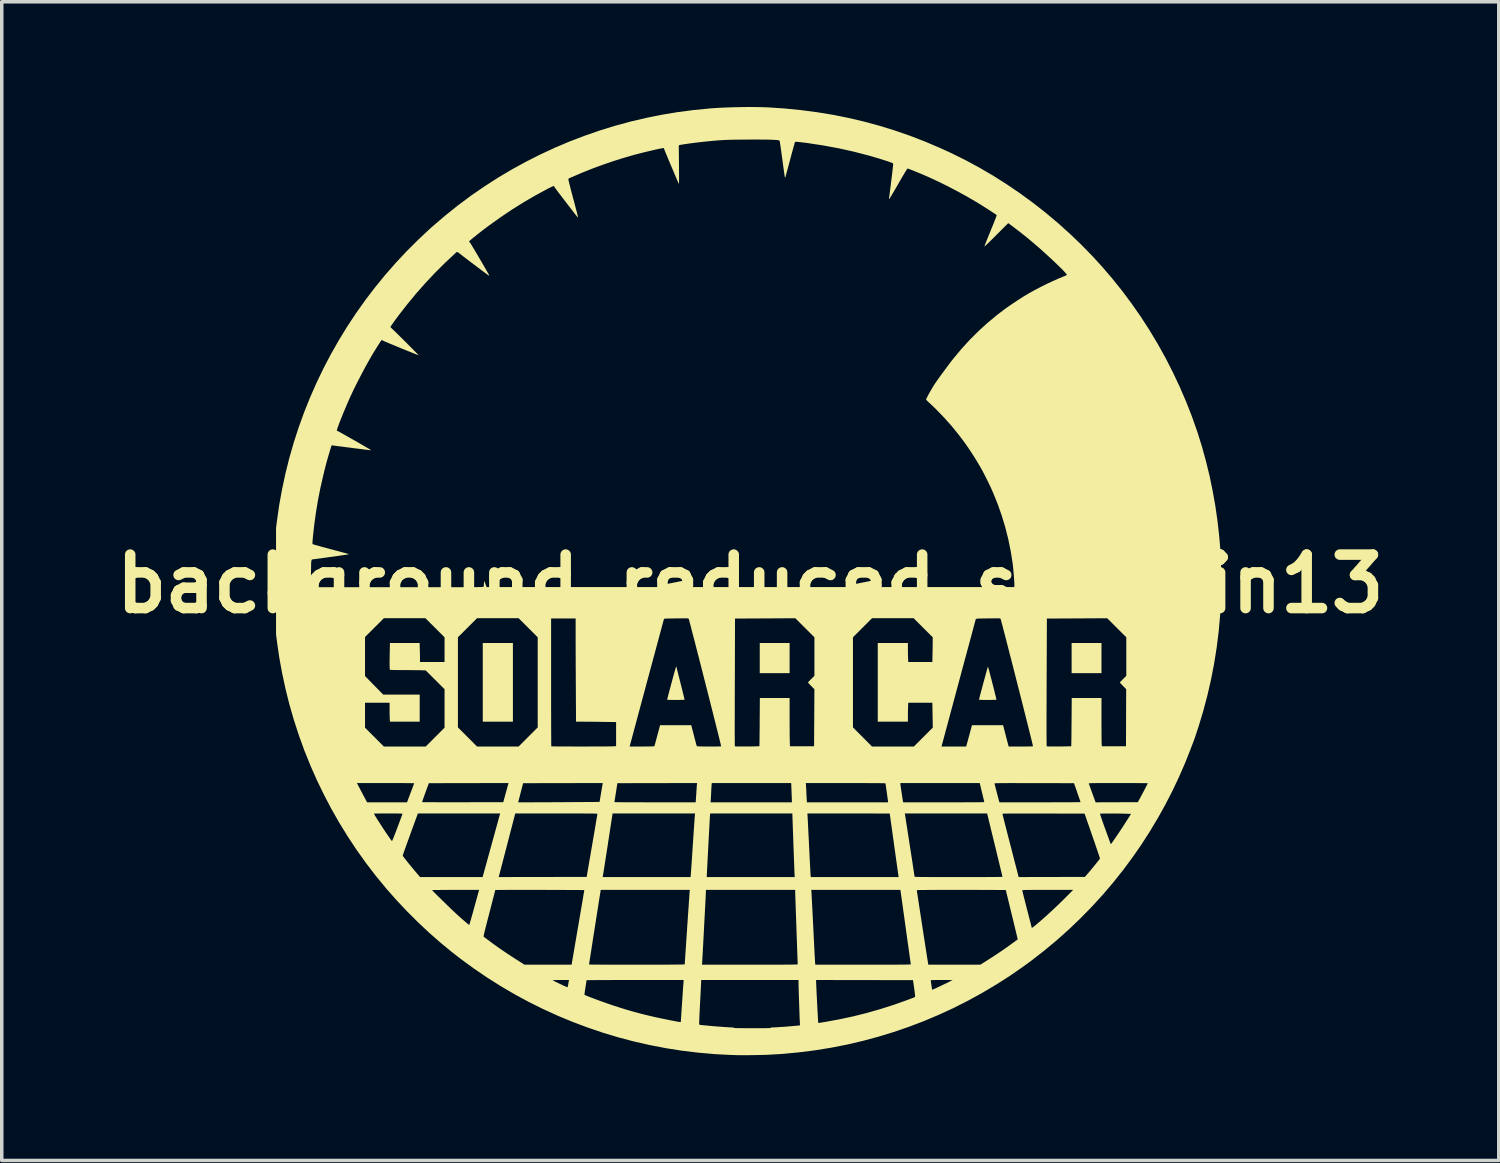
<source format=kicad_pcb>
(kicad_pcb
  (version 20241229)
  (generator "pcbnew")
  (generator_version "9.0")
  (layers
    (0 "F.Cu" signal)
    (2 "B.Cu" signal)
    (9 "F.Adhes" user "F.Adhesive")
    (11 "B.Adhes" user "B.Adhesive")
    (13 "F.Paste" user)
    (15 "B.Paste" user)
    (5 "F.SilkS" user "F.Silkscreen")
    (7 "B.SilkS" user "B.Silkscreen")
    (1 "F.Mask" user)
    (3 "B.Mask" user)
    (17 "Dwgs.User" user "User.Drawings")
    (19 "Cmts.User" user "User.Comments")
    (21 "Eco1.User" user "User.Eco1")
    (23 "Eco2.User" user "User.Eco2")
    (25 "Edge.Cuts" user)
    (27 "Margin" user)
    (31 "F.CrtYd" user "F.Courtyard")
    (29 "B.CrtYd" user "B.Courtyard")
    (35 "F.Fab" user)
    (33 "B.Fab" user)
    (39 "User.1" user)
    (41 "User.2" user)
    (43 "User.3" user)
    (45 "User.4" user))
  (footprint "background_reduced_silk_1in13"
    (layer "F.Cu")
    (at 18.332 13.59)
    (property "Reference" "background_reduced_silk_1in13" (at 0 0 0) (layer "F.SilkS") (effects (font (size 1.524 1.524) (thickness 0.3))))
    (attr board_only exclude_from_pos_files exclude_from_bom)
    (fp_poly (pts (xy -6.765 3.927) (xy -7.624 3.927) (xy -7.624 1.685) (xy -6.765 1.685)) (stroke (width 0) (type solid)) (fill yes) (layer "F.SilkS"))
    (fp_poly (pts (xy 1.121 2.544) (xy 0.27 2.544) (xy 0.27 1.685) (xy 1.121 1.685)) (stroke (width 0) (type solid)) (fill yes) (layer "F.SilkS"))
    (fp_poly (pts (xy 10.009 2.544) (xy 9.158 2.544) (xy 9.158 1.685) (xy 10.009 1.685)) (stroke (width 0) (type solid)) (fill yes) (layer "F.SilkS"))
    (fp_poly (pts (xy 6.776 2.365) (xy 6.782 2.385) (xy 6.791 2.418) (xy 6.803 2.461) (xy 6.817 2.513) (xy 6.833 2.573) (xy 6.85 2.638) (xy 6.869 2.708) (xy 6.887 2.78) (xy 6.906 2.854) (xy 6.925 2.927) (xy 6.943 2.997) (xy 6.96 3.065) (xy 6.975 3.126) (xy 6.988 3.181) (xy 7 3.228) (xy 7.008 3.264) (xy 7.013 3.289) (xy 7.015 3.3) (xy 7.015 3.301) (xy 7.006 3.302) (xy 6.984 3.304) (xy 6.949 3.305) (xy 6.904 3.306) (xy 6.852 3.307) (xy 6.793 3.307) (xy 6.765 3.307) (xy 6.695 3.307) (xy 6.64 3.307) (xy 6.597 3.306) (xy 6.566 3.305) (xy 6.544 3.304) (xy 6.53 3.302) (xy 6.522 3.3) (xy 6.519 3.296) (xy 6.519 3.295) (xy 6.521 3.285) (xy 6.527 3.261) (xy 6.536 3.225) (xy 6.548 3.179) (xy 6.562 3.125) (xy 6.579 3.063) (xy 6.597 2.996) (xy 6.616 2.925) (xy 6.635 2.852) (xy 6.655 2.778) (xy 6.675 2.706) (xy 6.694 2.636) (xy 6.712 2.57) (xy 6.729 2.511) (xy 6.743 2.459) (xy 6.755 2.416) (xy 6.765 2.384) (xy 6.771 2.364) (xy 6.773 2.359)) (stroke (width 0) (type solid)) (fill yes) (layer "F.SilkS"))
    (fp_poly (pts (xy -2.107 2.358) (xy -2.105 2.366) (xy -2.099 2.389) (xy -2.09 2.425) (xy -2.079 2.472) (xy -2.064 2.529) (xy -2.048 2.594) (xy -2.029 2.667) (xy -2.009 2.746) (xy -1.988 2.829) (xy -1.988 2.83) (xy -1.967 2.913) (xy -1.947 2.992) (xy -1.929 3.064) (xy -1.913 3.13) (xy -1.899 3.187) (xy -1.888 3.234) (xy -1.879 3.269) (xy -1.874 3.292) (xy -1.873 3.301) (xy -1.873 3.301) (xy -1.882 3.302) (xy -1.904 3.304) (xy -1.939 3.305) (xy -1.984 3.306) (xy -2.036 3.307) (xy -2.095 3.307) (xy -2.123 3.307) (xy -2.193 3.307) (xy -2.248 3.307) (xy -2.291 3.306) (xy -2.322 3.305) (xy -2.344 3.304) (xy -2.358 3.302) (xy -2.366 3.299) (xy -2.369 3.296) (xy -2.369 3.295) (xy -2.367 3.285) (xy -2.361 3.262) (xy -2.352 3.226) (xy -2.34 3.178) (xy -2.324 3.121) (xy -2.307 3.055) (xy -2.288 2.982) (xy -2.266 2.904) (xy -2.245 2.824) (xy -2.217 2.721) (xy -2.193 2.632) (xy -2.172 2.557) (xy -2.155 2.494) (xy -2.14 2.445) (xy -2.129 2.406) (xy -2.12 2.379) (xy -2.114 2.361) (xy -2.109 2.353) (xy -2.107 2.352)) (stroke (width 0) (type solid)) (fill yes) (layer "F.SilkS"))
    (fp_poly (pts (xy 0.208 -13.589) (xy 0.349 -13.585) (xy 0.478 -13.581) (xy 0.501 -13.58) (xy 0.972 -13.549) (xy 1.438 -13.503) (xy 1.897 -13.443) (xy 2.35 -13.369) (xy 2.799 -13.279) (xy 3.242 -13.175) (xy 3.681 -13.056) (xy 4.115 -12.922) (xy 4.546 -12.773) (xy 4.974 -12.608) (xy 5.398 -12.428) (xy 5.724 -12.279) (xy 6.129 -12.079) (xy 6.527 -11.864) (xy 6.919 -11.635) (xy 7.303 -11.392) (xy 7.68 -11.136) (xy 8.049 -10.867) (xy 8.409 -10.585) (xy 8.76 -10.291) (xy 9.101 -9.985) (xy 9.432 -9.668) (xy 9.753 -9.339) (xy 10.017 -9.051) (xy 10.312 -8.707) (xy 10.597 -8.352) (xy 10.869 -7.987) (xy 11.13 -7.613) (xy 11.378 -7.229) (xy 11.613 -6.837) (xy 11.836 -6.437) (xy 12.044 -6.029) (xy 12.239 -5.615) (xy 12.42 -5.196) (xy 12.587 -4.77) (xy 12.738 -4.34) (xy 12.749 -4.309) (xy 12.874 -3.906) (xy 12.988 -3.493) (xy 13.09 -3.074) (xy 13.178 -2.648) (xy 13.254 -2.22) (xy 13.316 -1.789) (xy 13.364 -1.358) (xy 13.391 -1.041) (xy 13.408 -0.75) (xy 13.419 -0.449) (xy 13.424 -0.142) (xy 13.422 0.165) (xy 13.414 0.469) (xy 13.399 0.765) (xy 13.391 0.882) (xy 13.35 1.346) (xy 13.293 1.808) (xy 13.22 2.267) (xy 13.132 2.723) (xy 13.028 3.175) (xy 12.909 3.624) (xy 12.775 4.068) (xy 12.679 4.357) (xy 12.662 4.406) (xy 12.646 4.452) (xy 12.631 4.491) (xy 12.62 4.522) (xy 12.613 4.54) (xy 12.612 4.543) (xy 12.605 4.559) (xy 12.595 4.586) (xy 12.581 4.622) (xy 12.565 4.663) (xy 12.558 4.683) (xy 12.398 5.09) (xy 12.222 5.494) (xy 12.032 5.896) (xy 11.828 6.292) (xy 11.611 6.682) (xy 11.381 7.065) (xy 11.14 7.439) (xy 10.906 7.777) (xy 10.632 8.147) (xy 10.346 8.507) (xy 10.047 8.858) (xy 9.736 9.198) (xy 9.414 9.527) (xy 9.081 9.846) (xy 8.737 10.153) (xy 8.383 10.448) (xy 8.019 10.731) (xy 7.767 10.915) (xy 7.387 11.178) (xy 6.998 11.426) (xy 6.602 11.661) (xy 6.199 11.882) (xy 5.789 12.089) (xy 5.372 12.281) (xy 4.95 12.459) (xy 4.522 12.622) (xy 4.088 12.771) (xy 3.65 12.905) (xy 3.207 13.024) (xy 2.759 13.129) (xy 2.307 13.218) (xy 1.852 13.292) (xy 1.394 13.35) (xy 0.932 13.394) (xy 0.517 13.419) (xy 0.464 13.421) (xy 0.4 13.423) (xy 0.325 13.425) (xy 0.244 13.427) (xy 0.158 13.428) (xy 0.07 13.43) (xy -0.018 13.431) (xy -0.103 13.431) (xy -0.182 13.432) (xy -0.254 13.432) (xy -0.315 13.432) (xy -0.363 13.431) (xy -0.37 13.431) (xy -0.452 13.428) (xy -0.544 13.425) (xy -0.64 13.421) (xy -0.738 13.416) (xy -0.833 13.411) (xy -0.922 13.406) (xy -1.001 13.402) (xy -1.037 13.399) (xy -1.499 13.358) (xy -1.959 13.302) (xy -2.414 13.23) (xy -2.866 13.143) (xy -3.315 13.041) (xy -3.758 12.924) (xy -4.197 12.792) (xy -4.631 12.645) (xy -4.943 12.528) (xy -1.456 12.528) (xy -1.456 12.538) (xy -1.45 12.565) (xy -1.363 12.575) (xy -1.295 12.582) (xy -1.218 12.589) (xy -1.135 12.597) (xy -1.048 12.605) (xy -0.959 12.612) (xy -0.871 12.619) (xy -0.786 12.625) (xy -0.706 12.631) (xy -0.634 12.635) (xy -0.572 12.639) (xy -0.522 12.641) (xy -0.505 12.642) (xy -0.476 12.643) (xy -0.459 12.644) (xy -0.456 12.646) (xy -0.461 12.647) (xy -0.477 12.65) (xy -0.479 12.652) (xy -0.469 12.654) (xy -0.449 12.657) (xy -0.432 12.658) (xy -0.401 12.659) (xy -0.357 12.66) (xy -0.303 12.661) (xy -0.24 12.661) (xy -0.17 12.662) (xy -0.095 12.662) (xy -0.017 12.663) (xy 0.063 12.663) (xy 0.142 12.663) (xy 0.22 12.663) (xy 0.293 12.663) (xy 0.361 12.662) (xy 0.422 12.662) (xy 0.473 12.661) (xy 0.514 12.66) (xy 0.541 12.659) (xy 0.549 12.658) (xy 0.58 12.656) (xy 0.596 12.653) (xy 0.6 12.651) (xy 0.591 12.648) (xy 0.588 12.648) (xy 0.579 12.645) (xy 0.584 12.643) (xy 0.603 12.642) (xy 0.624 12.641) (xy 0.664 12.64) (xy 0.717 12.638) (xy 0.781 12.634) (xy 0.854 12.629) (xy 0.933 12.624) (xy 1.015 12.618) (xy 1.099 12.611) (xy 1.181 12.604) (xy 1.26 12.597) (xy 1.333 12.591) (xy 1.366 12.587) (xy 1.417 12.582) (xy 1.412 12.478) (xy 1.409 12.432) (xy 1.407 12.375) (xy 1.404 12.307) (xy 1.402 12.233) (xy 1.399 12.152) (xy 1.396 12.067) (xy 1.393 11.98) (xy 1.39 11.892) (xy 1.387 11.806) (xy 1.384 11.722) (xy 1.382 11.644) (xy 1.38 11.573) (xy 1.378 11.51) (xy 1.376 11.457) (xy 1.376 11.417) (xy 1.375 11.391) (xy 1.375 11.39) (xy 1.375 11.289) (xy -1.399 11.289) (xy -1.399 11.323) (xy -1.4 11.336) (xy -1.401 11.364) (xy -1.403 11.405) (xy -1.406 11.458) (xy -1.409 11.521) (xy -1.412 11.594) (xy -1.417 11.674) (xy -1.421 11.761) (xy -1.426 11.853) (xy -1.43 11.934) (xy -1.435 12.029) (xy -1.44 12.119) (xy -1.444 12.205) (xy -1.448 12.283) (xy -1.451 12.354) (xy -1.453 12.415) (xy -1.455 12.465) (xy -1.456 12.503) (xy -1.456 12.528) (xy -4.943 12.528) (xy -5.06 12.484) (xy -5.483 12.309) (xy -5.899 12.119) (xy -6.309 11.916) (xy -6.701 11.704) (xy -4.725 11.704) (xy -4.724 11.711) (xy -4.712 11.718) (xy -4.687 11.729) (xy -4.65 11.744) (xy -4.603 11.763) (xy -4.546 11.785) (xy -4.483 11.809) (xy -4.414 11.835) (xy -4.341 11.862) (xy -4.265 11.89) (xy -4.188 11.917) (xy -4.112 11.944) (xy -4.039 11.97) (xy -3.969 11.994) (xy -3.904 12.016) (xy -3.868 12.028) (xy -3.679 12.088) (xy -3.497 12.144) (xy -3.318 12.195) (xy -3.14 12.243) (xy -2.958 12.289) (xy -2.772 12.333) (xy -2.576 12.376) (xy -2.369 12.418) (xy -2.274 12.437) (xy -2.198 12.452) (xy -2.137 12.464) (xy -2.088 12.473) (xy -2.05 12.48) (xy -2.022 12.484) (xy -2.003 12.487) (xy -1.99 12.488) (xy -1.983 12.487) (xy -1.98 12.484) (xy -1.98 12.482) (xy -1.979 12.472) (xy -1.978 12.447) (xy -1.975 12.41) (xy -1.972 12.361) (xy -1.968 12.303) (xy -1.964 12.237) (xy -1.959 12.165) (xy -1.954 12.087) (xy -1.948 12.007) (xy -1.943 11.924) (xy -1.937 11.841) (xy -1.932 11.76) (xy -1.927 11.682) (xy -1.922 11.608) (xy -1.917 11.54) (xy -1.913 11.479) (xy -1.909 11.428) (xy -1.906 11.388) (xy -1.904 11.36) (xy -1.903 11.347) (xy -1.898 11.289) (xy -3.282 11.289) (xy -3.483 11.289) (xy -3.668 11.289) (xy -3.837 11.289) (xy -3.991 11.29) (xy -4.129 11.29) (xy -4.251 11.291) (xy -4.358 11.291) (xy -4.449 11.292) (xy -4.524 11.293) (xy -4.583 11.293) (xy -4.627 11.294) (xy -4.654 11.295) (xy -4.666 11.297) (xy -4.667 11.297) (xy -4.668 11.307) (xy -4.671 11.33) (xy -4.676 11.364) (xy -4.683 11.408) (xy -4.691 11.459) (xy -4.698 11.505) (xy -4.707 11.56) (xy -4.714 11.609) (xy -4.72 11.651) (xy -4.723 11.683) (xy -4.725 11.704) (xy -6.701 11.704) (xy -6.712 11.698) (xy -7.108 11.466) (xy -7.377 11.296) (xy -5.632 11.296) (xy -5.623 11.302) (xy -5.601 11.314) (xy -5.569 11.33) (xy -5.53 11.349) (xy -5.486 11.37) (xy -5.439 11.393) (xy -5.391 11.416) (xy -5.344 11.438) (xy -5.302 11.457) (xy -5.265 11.474) (xy -5.237 11.487) (xy -5.219 11.494) (xy -5.215 11.495) (xy -5.208 11.492) (xy -5.203 11.48) (xy -5.197 11.456) (xy -5.19 11.42) (xy -5.188 11.41) (xy -5.182 11.373) (xy -5.176 11.341) (xy -5.172 11.317) (xy -5.17 11.307) (xy -5.166 11.289) (xy -5.403 11.289) (xy -5.474 11.289) (xy -5.533 11.29) (xy -5.579 11.291) (xy -5.611 11.293) (xy -5.629 11.295) (xy -5.632 11.296) (xy -7.377 11.296) (xy -7.389 11.289) (xy 1.876 11.289) (xy 1.876 11.335) (xy 1.877 11.354) (xy 1.878 11.386) (xy 1.88 11.431) (xy 1.882 11.485) (xy 1.885 11.548) (xy 1.888 11.619) (xy 1.892 11.695) (xy 1.896 11.775) (xy 1.9 11.858) (xy 1.905 11.942) (xy 1.909 12.025) (xy 1.913 12.107) (xy 1.917 12.184) (xy 1.921 12.257) (xy 1.925 12.323) (xy 1.928 12.381) (xy 1.931 12.429) (xy 1.934 12.466) (xy 1.935 12.49) (xy 1.936 12.499) (xy 1.944 12.511) (xy 1.949 12.513) (xy 1.959 12.512) (xy 1.982 12.508) (xy 2.016 12.503) (xy 2.06 12.496) (xy 2.11 12.488) (xy 2.149 12.481) (xy 2.547 12.408) (xy 2.938 12.324) (xy 3.325 12.227) (xy 3.71 12.117) (xy 4.095 11.994) (xy 4.483 11.856) (xy 4.512 11.845) (xy 4.562 11.826) (xy 4.607 11.809) (xy 4.645 11.794) (xy 4.674 11.782) (xy 4.691 11.773) (xy 4.695 11.771) (xy 4.697 11.763) (xy 4.697 11.745) (xy 4.695 11.716) (xy 4.69 11.675) (xy 4.684 11.62) (xy 4.674 11.551) (xy 4.671 11.527) (xy 4.639 11.301) (xy 5.144 11.301) (xy 5.145 11.313) (xy 5.148 11.338) (xy 5.153 11.371) (xy 5.158 11.408) (xy 5.164 11.448) (xy 5.17 11.485) (xy 5.175 11.517) (xy 5.179 11.54) (xy 5.18 11.545) (xy 5.184 11.566) (xy 5.222 11.552) (xy 5.24 11.544) (xy 5.269 11.531) (xy 5.308 11.513) (xy 5.353 11.492) (xy 5.403 11.469) (xy 5.426 11.458) (xy 5.48 11.432) (xy 5.536 11.405) (xy 5.589 11.38) (xy 5.636 11.357) (xy 5.673 11.338) (xy 5.68 11.334) (xy 5.768 11.29) (xy 5.456 11.289) (xy 5.376 11.289) (xy 5.312 11.289) (xy 5.26 11.29) (xy 5.22 11.29) (xy 5.19 11.291) (xy 5.169 11.293) (xy 5.155 11.294) (xy 5.147 11.297) (xy 5.144 11.299) (xy 5.144 11.301) (xy 4.639 11.301) (xy 4.638 11.293) (xy 1.876 11.289) (xy -7.389 11.289) (xy -7.497 11.221) (xy -7.877 10.962) (xy -8.249 10.69) (xy -8.487 10.506) (xy -8.823 10.23) (xy -9.033 10.045) (xy -7.599 10.045) (xy -7.599 10.052) (xy -7.598 10.053) (xy -7.585 10.064) (xy -7.561 10.082) (xy -7.529 10.107) (xy -7.489 10.137) (xy -7.445 10.17) (xy -7.398 10.205) (xy -7.351 10.24) (xy -7.305 10.273) (xy -7.262 10.304) (xy -7.234 10.324) (xy -7.153 10.381) (xy -7.062 10.444) (xy -6.963 10.511) (xy -6.86 10.579) (xy -6.758 10.646) (xy -6.658 10.711) (xy -6.602 10.746) (xy -6.436 10.852) (xy -5.764 10.852) (xy -5.092 10.852) (xy -5.091 10.848) (xy -4.595 10.848) (xy -4.587 10.849) (xy -4.564 10.849) (xy -4.527 10.849) (xy -4.477 10.85) (xy -4.413 10.85) (xy -4.338 10.85) (xy -4.252 10.851) (xy -4.156 10.851) (xy -4.05 10.851) (xy -3.936 10.851) (xy -3.813 10.851) (xy -3.684 10.851) (xy -3.549 10.852) (xy -3.409 10.852) (xy -3.263 10.852) (xy -3.232 10.852) (xy -1.377 10.852) (xy -0.013 10.852) (xy 0.16 10.852) (xy 0.317 10.852) (xy 0.46 10.852) (xy 0.59 10.852) (xy 0.706 10.851) (xy 0.81 10.851) (xy 0.902 10.851) (xy 0.983 10.851) (xy 1.053 10.85) (xy 1.114 10.85) (xy 1.167 10.85) (xy 1.21 10.849) (xy 1.247 10.848) (xy 1.276 10.848) (xy 1.3 10.847) (xy 1.318 10.846) (xy 1.331 10.845) (xy 1.341 10.843) (xy 1.347 10.842) (xy 1.35 10.84) (xy 1.351 10.839) (xy 1.351 10.837) (xy 1.351 10.828) (xy 1.35 10.803) (xy 1.349 10.765) (xy 1.347 10.713) (xy 1.345 10.65) (xy 1.342 10.575) (xy 1.339 10.491) (xy 1.336 10.397) (xy 1.332 10.295) (xy 1.329 10.186) (xy 1.324 10.071) (xy 1.32 9.95) (xy 1.316 9.826) (xy 1.311 9.7) (xy 1.307 9.578) (xy 1.303 9.461) (xy 1.299 9.35) (xy 1.295 9.245) (xy 1.292 9.148) (xy 1.289 9.06) (xy 1.286 8.982) (xy 1.284 8.915) (xy 1.282 8.859) (xy 1.281 8.817) (xy 1.28 8.788) (xy 1.28 8.775) (xy 1.28 8.721) (xy 1.739 8.721) (xy 1.744 8.795) (xy 1.745 8.812) (xy 1.747 8.844) (xy 1.749 8.89) (xy 1.752 8.949) (xy 1.756 9.019) (xy 1.76 9.1) (xy 1.765 9.19) (xy 1.77 9.288) (xy 1.775 9.394) (xy 1.781 9.506) (xy 1.787 9.623) (xy 1.793 9.745) (xy 1.797 9.822) (xy 1.803 9.945) (xy 1.809 10.063) (xy 1.815 10.177) (xy 1.82 10.284) (xy 1.825 10.385) (xy 1.83 10.478) (xy 1.834 10.561) (xy 1.838 10.634) (xy 1.842 10.697) (xy 1.845 10.747) (xy 1.847 10.784) (xy 1.848 10.807) (xy 1.849 10.814) (xy 1.854 10.852) (xy 3.216 10.852) (xy 3.388 10.852) (xy 3.546 10.852) (xy 3.689 10.852) (xy 3.818 10.851) (xy 3.934 10.851) (xy 4.037 10.851) (xy 4.129 10.851) (xy 4.21 10.851) (xy 4.281 10.85) (xy 4.342 10.85) (xy 4.393 10.85) (xy 4.437 10.849) (xy 4.473 10.848) (xy 4.503 10.847) (xy 4.526 10.847) (xy 4.543 10.846) (xy 4.556 10.844) (xy 4.565 10.843) (xy 4.571 10.842) (xy 4.574 10.84) (xy 4.575 10.839) (xy 4.574 10.838) (xy 4.573 10.828) (xy 4.57 10.804) (xy 4.564 10.766) (xy 4.557 10.715) (xy 4.548 10.652) (xy 4.538 10.578) (xy 4.526 10.493) (xy 4.513 10.4) (xy 4.499 10.298) (xy 4.483 10.189) (xy 4.467 10.074) (xy 4.45 9.953) (xy 4.433 9.827) (xy 4.428 9.79) (xy 4.41 9.664) (xy 4.393 9.541) (xy 4.377 9.424) (xy 4.361 9.313) (xy 4.347 9.209) (xy 4.333 9.112) (xy 4.321 9.025) (xy 4.31 8.947) (xy 4.301 8.881) (xy 4.293 8.826) (xy 4.287 8.783) (xy 4.283 8.754) (xy 4.281 8.74) (xy 4.281 8.739) (xy 4.279 8.734) (xy 4.746 8.734) (xy 4.747 8.743) (xy 4.751 8.767) (xy 4.756 8.804) (xy 4.764 8.853) (xy 4.773 8.914) (xy 4.784 8.985) (xy 4.796 9.064) (xy 4.809 9.152) (xy 4.824 9.246) (xy 4.839 9.346) (xy 4.855 9.451) (xy 4.872 9.559) (xy 4.889 9.669) (xy 4.906 9.78) (xy 4.923 9.891) (xy 4.94 10.002) (xy 4.957 10.109) (xy 4.973 10.214) (xy 4.989 10.314) (xy 5.003 10.409) (xy 5.017 10.496) (xy 5.029 10.576) (xy 5.041 10.647) (xy 5.05 10.708) (xy 5.058 10.758) (xy 5.064 10.795) (xy 5.068 10.819) (xy 5.069 10.828) (xy 5.074 10.852) (xy 6.557 10.852) (xy 6.731 10.743) (xy 6.88 10.648) (xy 7.031 10.549) (xy 7.186 10.444) (xy 7.347 10.331) (xy 7.516 10.209) (xy 7.622 10.132) (xy 7.621 10.124) (xy 7.616 10.102) (xy 7.607 10.067) (xy 7.596 10.019) (xy 7.582 9.961) (xy 7.565 9.892) (xy 7.547 9.814) (xy 7.526 9.729) (xy 7.504 9.637) (xy 7.48 9.539) (xy 7.455 9.437) (xy 7.453 9.43) (xy 7.428 9.327) (xy 7.404 9.229) (xy 7.382 9.136) (xy 7.361 9.05) (xy 7.342 8.972) (xy 7.325 8.902) (xy 7.31 8.842) (xy 7.299 8.794) (xy 7.29 8.757) (xy 7.285 8.736) (xy 7.751 8.736) (xy 7.753 8.746) (xy 7.759 8.77) (xy 7.768 8.807) (xy 7.78 8.855) (xy 7.794 8.914) (xy 7.812 8.981) (xy 7.831 9.056) (xy 7.852 9.138) (xy 7.874 9.224) (xy 7.886 9.273) (xy 7.909 9.361) (xy 7.931 9.445) (xy 7.951 9.522) (xy 7.969 9.593) (xy 7.985 9.655) (xy 7.999 9.708) (xy 8.009 9.75) (xy 8.017 9.78) (xy 8.021 9.796) (xy 8.021 9.799) (xy 8.025 9.803) (xy 8.036 9.799) (xy 8.056 9.786) (xy 8.085 9.763) (xy 8.125 9.731) (xy 8.132 9.725) (xy 8.298 9.583) (xy 8.463 9.437) (xy 8.629 9.284) (xy 8.798 9.123) (xy 8.973 8.951) (xy 8.983 8.94) (xy 9.202 8.721) (xy 8.477 8.721) (xy 8.353 8.721) (xy 8.244 8.721) (xy 8.149 8.721) (xy 8.067 8.721) (xy 7.997 8.722) (xy 7.939 8.722) (xy 7.89 8.722) (xy 7.851 8.723) (xy 7.819 8.724) (xy 7.796 8.725) (xy 7.778 8.726) (xy 7.766 8.728) (xy 7.758 8.729) (xy 7.754 8.731) (xy 7.752 8.733) (xy 7.751 8.736) (xy 7.285 8.736) (xy 7.284 8.734) (xy 7.282 8.725) (xy 7.282 8.725) (xy 7.274 8.725) (xy 7.251 8.724) (xy 7.214 8.724) (xy 7.164 8.723) (xy 7.101 8.723) (xy 7.026 8.723) (xy 6.941 8.722) (xy 6.845 8.722) (xy 6.741 8.722) (xy 6.628 8.722) (xy 6.507 8.721) (xy 6.38 8.721) (xy 6.247 8.721) (xy 6.109 8.721) (xy 6.014 8.721) (xy 5.847 8.721) (xy 5.696 8.721) (xy 5.558 8.721) (xy 5.435 8.721) (xy 5.324 8.721) (xy 5.226 8.722) (xy 5.14 8.722) (xy 5.064 8.722) (xy 4.999 8.723) (xy 4.943 8.723) (xy 4.896 8.724) (xy 4.856 8.724) (xy 4.825 8.725) (xy 4.799 8.726) (xy 4.78 8.727) (xy 4.766 8.728) (xy 4.756 8.729) (xy 4.75 8.731) (xy 4.747 8.732) (xy 4.746 8.734) (xy 4.279 8.734) (xy 4.277 8.721) (xy 1.739 8.721) (xy 1.28 8.721) (xy -1.264 8.721) (xy -1.264 8.749) (xy -1.264 8.762) (xy -1.266 8.79) (xy -1.268 8.831) (xy -1.27 8.885) (xy -1.273 8.949) (xy -1.277 9.024) (xy -1.281 9.108) (xy -1.286 9.199) (xy -1.291 9.296) (xy -1.297 9.399) (xy -1.302 9.506) (xy -1.308 9.616) (xy -1.314 9.727) (xy -1.32 9.839) (xy -1.325 9.95) (xy -1.331 10.06) (xy -1.337 10.166) (xy -1.342 10.268) (xy -1.348 10.365) (xy -1.352 10.455) (xy -1.357 10.538) (xy -1.361 10.611) (xy -1.365 10.674) (xy -1.367 10.726) (xy -1.37 10.766) (xy -1.371 10.792) (xy -1.372 10.802) (xy -1.377 10.852) (xy -3.232 10.852) (xy -3.056 10.852) (xy -2.896 10.852) (xy -2.75 10.851) (xy -2.618 10.851) (xy -2.5 10.851) (xy -2.394 10.851) (xy -2.3 10.851) (xy -2.217 10.85) (xy -2.145 10.85) (xy -2.083 10.849) (xy -2.031 10.849) (xy -1.987 10.848) (xy -1.951 10.847) (xy -1.922 10.846) (xy -1.901 10.845) (xy -1.885 10.844) (xy -1.875 10.843) (xy -1.87 10.842) (xy -1.868 10.841) (xy -1.868 10.831) (xy -1.866 10.807) (xy -1.864 10.769) (xy -1.86 10.718) (xy -1.856 10.657) (xy -1.852 10.585) (xy -1.846 10.504) (xy -1.84 10.416) (xy -1.834 10.321) (xy -1.827 10.22) (xy -1.82 10.115) (xy -1.813 10.007) (xy -1.805 9.897) (xy -1.798 9.785) (xy -1.79 9.675) (xy -1.783 9.565) (xy -1.776 9.458) (xy -1.768 9.355) (xy -1.762 9.256) (xy -1.755 9.164) (xy -1.75 9.078) (xy -1.744 9.001) (xy -1.74 8.934) (xy -1.736 8.877) (xy -1.733 8.832) (xy -1.73 8.799) (xy -1.729 8.781) (xy -1.729 8.779) (xy -1.724 8.721) (xy -4.261 8.721) (xy -4.265 8.739) (xy -4.267 8.748) (xy -4.27 8.772) (xy -4.276 8.809) (xy -4.284 8.859) (xy -4.294 8.92) (xy -4.305 8.991) (xy -4.318 9.071) (xy -4.331 9.158) (xy -4.346 9.253) (xy -4.362 9.353) (xy -4.378 9.457) (xy -4.395 9.565) (xy -4.412 9.676) (xy -4.43 9.787) (xy -4.447 9.899) (xy -4.465 10.009) (xy -4.482 10.117) (xy -4.498 10.222) (xy -4.514 10.323) (xy -4.528 10.418) (xy -4.542 10.507) (xy -4.555 10.588) (xy -4.566 10.66) (xy -4.576 10.722) (xy -4.584 10.773) (xy -4.59 10.811) (xy -4.593 10.837) (xy -4.595 10.848) (xy -4.595 10.848) (xy -5.091 10.848) (xy -4.911 9.792) (xy -4.889 9.665) (xy -4.868 9.541) (xy -4.848 9.423) (xy -4.829 9.311) (xy -4.811 9.206) (xy -4.794 9.109) (xy -4.779 9.021) (xy -4.766 8.943) (xy -4.755 8.875) (xy -4.745 8.819) (xy -4.738 8.775) (xy -4.733 8.745) (xy -4.73 8.729) (xy -4.73 8.727) (xy -4.738 8.726) (xy -4.76 8.726) (xy -4.797 8.725) (xy -4.846 8.725) (xy -4.907 8.724) (xy -4.979 8.724) (xy -5.061 8.724) (xy -5.151 8.723) (xy -5.249 8.723) (xy -5.354 8.722) (xy -5.464 8.722) (xy -5.579 8.722) (xy -5.697 8.722) (xy -5.818 8.721) (xy -5.941 8.721) (xy -6.064 8.721) (xy -6.186 8.721) (xy -6.307 8.721) (xy -6.425 8.721) (xy -6.54 8.721) (xy -6.649 8.721) (xy -6.754 8.721) (xy -6.851 8.721) (xy -6.941 8.721) (xy -7.022 8.722) (xy -7.093 8.722) (xy -7.154 8.722) (xy -7.202 8.723) (xy -7.238 8.723) (xy -7.259 8.723) (xy -7.266 8.724) (xy -7.268 8.732) (xy -7.274 8.754) (xy -7.283 8.789) (xy -7.295 8.837) (xy -7.31 8.895) (xy -7.328 8.963) (xy -7.348 9.04) (xy -7.37 9.124) (xy -7.393 9.215) (xy -7.418 9.311) (xy -7.437 9.385) (xy -7.468 9.505) (xy -7.496 9.61) (xy -7.519 9.702) (xy -7.539 9.781) (xy -7.556 9.848) (xy -7.57 9.903) (xy -7.581 9.949) (xy -7.589 9.985) (xy -7.595 10.012) (xy -7.598 10.032) (xy -7.599 10.045) (xy -9.033 10.045) (xy -9.153 9.94) (xy -9.475 9.638) (xy -9.788 9.326) (xy -10.09 9.004) (xy -10.334 8.728) (xy -9.07 8.728) (xy -9.063 8.735) (xy -9.046 8.753) (xy -9.021 8.779) (xy -8.987 8.813) (xy -8.947 8.853) (xy -8.901 8.898) (xy -8.851 8.947) (xy -8.798 8.999) (xy -8.743 9.052) (xy -8.688 9.106) (xy -8.633 9.16) (xy -8.58 9.211) (xy -8.53 9.26) (xy -8.484 9.304) (xy -8.443 9.342) (xy -8.409 9.375) (xy -8.383 9.399) (xy -8.375 9.406) (xy -8.306 9.468) (xy -8.242 9.525) (xy -8.184 9.576) (xy -8.133 9.62) (xy -8.089 9.658) (xy -8.055 9.687) (xy -8.029 9.707) (xy -8.014 9.718) (xy -8.01 9.72) (xy -8.007 9.712) (xy -8 9.69) (xy -7.989 9.656) (xy -7.976 9.61) (xy -7.959 9.554) (xy -7.941 9.489) (xy -7.92 9.416) (xy -7.898 9.337) (xy -7.875 9.254) (xy -7.871 9.237) (xy -7.847 9.152) (xy -7.825 9.072) (xy -7.804 8.997) (xy -7.785 8.929) (xy -7.769 8.869) (xy -7.755 8.819) (xy -7.744 8.779) (xy -7.736 8.753) (xy -7.732 8.74) (xy -7.732 8.739) (xy -7.726 8.721) (xy -8.399 8.721) (xy -8.501 8.721) (xy -8.598 8.721) (xy -8.689 8.722) (xy -8.774 8.722) (xy -8.849 8.723) (xy -8.916 8.723) (xy -8.972 8.724) (xy -9.017 8.725) (xy -9.048 8.726) (xy -9.066 8.727) (xy -9.07 8.728) (xy -10.334 8.728) (xy -10.38 8.675) (xy -10.644 8.355) (xy -7.17 8.355) (xy -7.139 8.355) (xy -4.207 8.355) (xy -1.702 8.355) (xy -1.699 8.334) (xy -1.24 8.334) (xy -1.24 8.355) (xy 1.266 8.355) (xy 1.261 8.25) (xy 1.259 8.225) (xy 1.258 8.187) (xy 1.256 8.136) (xy 1.253 8.074) (xy 1.251 8.003) (xy 1.248 7.924) (xy 1.245 7.837) (xy 1.241 7.745) (xy 1.238 7.648) (xy 1.234 7.549) (xy 1.23 7.447) (xy 1.227 7.346) (xy 1.223 7.245) (xy 1.22 7.147) (xy 1.216 7.052) (xy 1.213 6.962) (xy 1.21 6.879) (xy 1.207 6.803) (xy 1.205 6.736) (xy 1.203 6.679) (xy 1.202 6.633) (xy 1.201 6.601) (xy 1.2 6.583) (xy 1.2 6.581) (xy 1.2 6.543) (xy 1.627 6.543) (xy 1.633 6.62) (xy 1.634 6.639) (xy 1.636 6.673) (xy 1.638 6.72) (xy 1.641 6.779) (xy 1.645 6.849) (xy 1.649 6.929) (xy 1.653 7.018) (xy 1.658 7.115) (xy 1.663 7.218) (xy 1.669 7.325) (xy 1.674 7.437) (xy 1.677 7.501) (xy 1.683 7.613) (xy 1.688 7.721) (xy 1.693 7.824) (xy 1.698 7.92) (xy 1.703 8.009) (xy 1.707 8.089) (xy 1.711 8.16) (xy 1.714 8.22) (xy 1.717 8.268) (xy 1.719 8.303) (xy 1.721 8.324) (xy 1.721 8.33) (xy 1.726 8.355) (xy 4.23 8.355) (xy 4.225 8.337) (xy 4.224 8.328) (xy 4.221 8.304) (xy 4.215 8.267) (xy 4.208 8.218) (xy 4.2 8.158) (xy 4.19 8.088) (xy 4.179 8.01) (xy 4.167 7.925) (xy 4.154 7.834) (xy 4.141 7.738) (xy 4.127 7.638) (xy 4.112 7.536) (xy 4.098 7.433) (xy 4.084 7.33) (xy 4.069 7.229) (xy 4.056 7.13) (xy 4.042 7.034) (xy 4.03 6.944) (xy 4.018 6.86) (xy 4.007 6.783) (xy 3.998 6.715) (xy 3.99 6.657) (xy 3.983 6.61) (xy 3.979 6.575) (xy 3.976 6.553) (xy 3.975 6.546) (xy 3.967 6.546) (xy 3.944 6.545) (xy 3.907 6.545) (xy 3.857 6.545) (xy 3.794 6.544) (xy 3.72 6.544) (xy 3.635 6.544) (xy 3.541 6.544) (xy 3.437 6.543) (xy 3.326 6.543) (xy 3.207 6.543) (xy 3.082 6.543) (xy 2.952 6.543) (xy 2.817 6.543) (xy 4.403 6.543) (xy 4.408 6.565) (xy 4.41 6.576) (xy 4.414 6.602) (xy 4.42 6.64) (xy 4.428 6.691) (xy 4.437 6.752) (xy 4.448 6.823) (xy 4.461 6.902) (xy 4.474 6.988) (xy 4.488 7.079) (xy 4.503 7.176) (xy 4.519 7.275) (xy 4.534 7.377) (xy 4.55 7.48) (xy 4.566 7.582) (xy 4.582 7.683) (xy 4.597 7.781) (xy 4.611 7.875) (xy 4.625 7.964) (xy 4.637 8.047) (xy 4.649 8.122) (xy 4.659 8.188) (xy 4.668 8.245) (xy 4.674 8.29) (xy 4.679 8.322) (xy 4.682 8.341) (xy 4.683 8.345) (xy 4.685 8.347) (xy 4.694 8.348) (xy 4.71 8.349) (xy 4.733 8.35) (xy 4.764 8.351) (xy 4.804 8.352) (xy 4.853 8.353) (xy 4.911 8.353) (xy 4.98 8.354) (xy 5.061 8.354) (xy 5.153 8.355) (xy 5.257 8.355) (xy 5.374 8.355) (xy 5.505 8.355) (xy 5.65 8.355) (xy 5.81 8.355) (xy 5.935 8.355) (xy 6.11 8.355) (xy 6.27 8.355) (xy 6.415 8.355) (xy 6.545 8.355) (xy 6.662 8.355) (xy 6.766 8.354) (xy 6.857 8.354) (xy 6.935 8.353) (xy 7.002 8.353) (xy 7.058 8.352) (xy 7.103 8.351) (xy 7.137 8.35) (xy 7.163 8.349) (xy 7.179 8.348) (xy 7.186 8.347) (xy 7.187 8.346) (xy 7.185 8.338) (xy 7.18 8.315) (xy 7.171 8.279) (xy 7.16 8.232) (xy 7.146 8.173) (xy 7.129 8.105) (xy 7.111 8.029) (xy 7.091 7.945) (xy 7.069 7.856) (xy 7.046 7.762) (xy 7.023 7.664) (xy 6.999 7.564) (xy 6.974 7.462) (xy 6.949 7.361) (xy 6.925 7.26) (xy 6.901 7.162) (xy 6.878 7.068) (xy 6.856 6.978) (xy 6.836 6.894) (xy 6.817 6.817) (xy 6.8 6.748) (xy 6.786 6.689) (xy 6.774 6.64) (xy 6.765 6.603) (xy 6.759 6.579) (xy 6.757 6.573) (xy 6.752 6.555) (xy 7.187 6.555) (xy 7.189 6.565) (xy 7.194 6.588) (xy 7.204 6.625) (xy 7.216 6.675) (xy 7.231 6.736) (xy 7.249 6.807) (xy 7.27 6.888) (xy 7.293 6.977) (xy 7.318 7.074) (xy 7.344 7.177) (xy 7.372 7.285) (xy 7.401 7.398) (xy 7.41 7.432) (xy 7.44 7.547) (xy 7.468 7.657) (xy 7.495 7.763) (xy 7.521 7.863) (xy 7.545 7.956) (xy 7.567 8.04) (xy 7.587 8.116) (xy 7.604 8.182) (xy 7.618 8.236) (xy 7.629 8.279) (xy 7.636 8.309) (xy 7.64 8.324) (xy 7.641 8.326) (xy 7.648 8.355) (xy 9.535 8.351) (xy 9.622 8.252) (xy 9.649 8.22) (xy 9.682 8.182) (xy 9.718 8.139) (xy 9.756 8.093) (xy 9.794 8.046) (xy 9.832 7.999) (xy 9.868 7.955) (xy 9.9 7.915) (xy 9.927 7.88) (xy 9.948 7.853) (xy 9.961 7.835) (xy 9.966 7.829) (xy 9.964 7.82) (xy 9.957 7.797) (xy 9.945 7.761) (xy 9.93 7.714) (xy 9.911 7.657) (xy 9.888 7.589) (xy 9.862 7.514) (xy 9.834 7.431) (xy 9.804 7.342) (xy 9.771 7.249) (xy 9.748 7.183) (xy 9.529 6.55) (xy 9.966 6.55) (xy 9.967 6.559) (xy 9.974 6.581) (xy 9.986 6.615) (xy 10.001 6.66) (xy 10.02 6.715) (xy 10.042 6.778) (xy 10.066 6.847) (xy 10.093 6.922) (xy 10.112 6.973) (xy 10.145 7.066) (xy 10.174 7.146) (xy 10.198 7.212) (xy 10.218 7.267) (xy 10.234 7.311) (xy 10.247 7.346) (xy 10.256 7.372) (xy 10.264 7.391) (xy 10.269 7.404) (xy 10.273 7.412) (xy 10.275 7.416) (xy 10.276 7.417) (xy 10.277 7.416) (xy 10.278 7.414) (xy 10.279 7.413) (xy 10.286 7.406) (xy 10.3 7.387) (xy 10.319 7.361) (xy 10.343 7.328) (xy 10.357 7.308) (xy 10.413 7.227) (xy 10.474 7.137) (xy 10.539 7.04) (xy 10.605 6.94) (xy 10.669 6.841) (xy 10.729 6.747) (xy 10.746 6.722) (xy 10.851 6.555) (xy 10.706 6.55) (xy 10.651 6.548) (xy 10.59 6.547) (xy 10.523 6.546) (xy 10.453 6.545) (xy 10.382 6.544) (xy 10.311 6.544) (xy 10.241 6.544) (xy 10.176 6.544) (xy 10.117 6.545) (xy 10.064 6.545) (xy 10.021 6.546) (xy 9.99 6.547) (xy 9.97 6.549) (xy 9.966 6.55) (xy 9.529 6.55) (xy 9.527 6.547) (xy 8.357 6.545) (xy 8.197 6.544) (xy 8.052 6.544) (xy 7.922 6.544) (xy 7.805 6.544) (xy 7.701 6.544) (xy 7.609 6.544) (xy 7.529 6.544) (xy 7.459 6.544) (xy 7.4 6.545) (xy 7.349 6.545) (xy 7.307 6.546) (xy 7.273 6.547) (xy 7.246 6.547) (xy 7.225 6.548) (xy 7.209 6.549) (xy 7.198 6.551) (xy 7.191 6.552) (xy 7.188 6.554) (xy 7.187 6.555) (xy 7.187 6.555) (xy 6.752 6.555) (xy 6.749 6.543) (xy 4.403 6.543) (xy 2.817 6.543) (xy 1.627 6.543) (xy 1.2 6.543) (xy -1.143 6.543) (xy -1.148 6.6) (xy -1.149 6.616) (xy -1.151 6.645) (xy -1.154 6.688) (xy -1.157 6.742) (xy -1.16 6.807) (xy -1.164 6.881) (xy -1.169 6.963) (xy -1.173 7.052) (xy -1.179 7.146) (xy -1.184 7.244) (xy -1.189 7.345) (xy -1.195 7.447) (xy -1.2 7.55) (xy -1.205 7.652) (xy -1.211 7.751) (xy -1.216 7.846) (xy -1.22 7.937) (xy -1.225 8.022) (xy -1.229 8.099) (xy -1.232 8.167) (xy -1.235 8.226) (xy -1.238 8.273) (xy -1.239 8.308) (xy -1.24 8.328) (xy -1.24 8.334) (xy -1.699 8.334) (xy -1.698 8.322) (xy -1.697 8.309) (xy -1.695 8.282) (xy -1.692 8.241) (xy -1.688 8.188) (xy -1.683 8.123) (xy -1.678 8.047) (xy -1.672 7.962) (xy -1.666 7.869) (xy -1.659 7.769) (xy -1.652 7.662) (xy -1.645 7.551) (xy -1.638 7.441) (xy -1.63 7.326) (xy -1.623 7.215) (xy -1.615 7.109) (xy -1.609 7.01) (xy -1.602 6.918) (xy -1.597 6.834) (xy -1.591 6.76) (xy -1.587 6.696) (xy -1.583 6.644) (xy -1.58 6.605) (xy -1.578 6.579) (xy -1.577 6.569) (xy -1.572 6.543) (xy -3.927 6.543) (xy -3.927 6.559) (xy -3.928 6.569) (xy -3.932 6.593) (xy -3.937 6.63) (xy -3.945 6.679) (xy -3.954 6.739) (xy -3.965 6.809) (xy -3.977 6.887) (xy -3.99 6.972) (xy -4.004 7.063) (xy -4.019 7.159) (xy -4.034 7.259) (xy -4.05 7.36) (xy -4.065 7.463) (xy -4.081 7.565) (xy -4.097 7.666) (xy -4.112 7.765) (xy -4.127 7.859) (xy -4.141 7.948) (xy -4.154 8.032) (xy -4.166 8.107) (xy -4.176 8.174) (xy -4.185 8.231) (xy -4.193 8.277) (xy -4.198 8.31) (xy -4.201 8.329) (xy -4.202 8.334) (xy -4.207 8.355) (xy -7.139 8.355) (xy -5.916 8.353) (xy -4.663 8.351) (xy -4.51 7.461) (xy -4.49 7.344) (xy -4.471 7.231) (xy -4.452 7.124) (xy -4.435 7.022) (xy -4.419 6.928) (xy -4.405 6.843) (xy -4.392 6.766) (xy -4.381 6.7) (xy -4.371 6.645) (xy -4.364 6.603) (xy -4.359 6.573) (xy -4.357 6.558) (xy -4.357 6.557) (xy -4.357 6.555) (xy -4.36 6.553) (xy -4.364 6.552) (xy -4.372 6.55) (xy -4.384 6.549) (xy -4.4 6.548) (xy -4.422 6.547) (xy -4.45 6.546) (xy -4.485 6.545) (xy -4.528 6.545) (xy -4.579 6.544) (xy -4.64 6.544) (xy -4.71 6.544) (xy -4.791 6.543) (xy -4.884 6.543) (xy -4.989 6.543) (xy -5.106 6.543) (xy -5.238 6.543) (xy -5.384 6.543) (xy -5.527 6.543) (xy -6.698 6.543) (xy -6.904 7.336) (xy -6.933 7.448) (xy -6.961 7.557) (xy -6.989 7.663) (xy -7.015 7.764) (xy -7.04 7.858) (xy -7.062 7.946) (xy -7.083 8.024) (xy -7.101 8.093) (xy -7.116 8.151) (xy -7.128 8.197) (xy -7.136 8.23) (xy -7.14 8.242) (xy -7.17 8.355) (xy -10.644 8.355) (xy -10.656 8.34) (xy -10.671 8.322) (xy -10.951 7.956) (xy -11.103 7.743) (xy -9.906 7.743) (xy -9.9 7.753) (xy -9.886 7.774) (xy -9.864 7.804) (xy -9.835 7.842) (xy -9.799 7.887) (xy -9.759 7.937) (xy -9.716 7.991) (xy -9.669 8.048) (xy -9.621 8.106) (xy -9.573 8.164) (xy -9.533 8.211) (xy -9.41 8.355) (xy -7.628 8.355) (xy -7.383 7.467) (xy -7.351 7.351) (xy -7.32 7.24) (xy -7.291 7.133) (xy -7.263 7.033) (xy -7.238 6.939) (xy -7.214 6.854) (xy -7.193 6.777) (xy -7.175 6.71) (xy -7.16 6.655) (xy -7.148 6.611) (xy -7.139 6.58) (xy -7.135 6.564) (xy -7.134 6.561) (xy -7.129 6.543) (xy -9.473 6.543) (xy -9.69 7.137) (xy -9.723 7.23) (xy -9.756 7.319) (xy -9.786 7.403) (xy -9.814 7.48) (xy -9.838 7.549) (xy -9.86 7.61) (xy -9.878 7.661) (xy -9.892 7.7) (xy -9.901 7.728) (xy -9.905 7.742) (xy -9.906 7.743) (xy -11.103 7.743) (xy -11.219 7.581) (xy -11.473 7.197) (xy -11.714 6.806) (xy -11.861 6.547) (xy -10.724 6.547) (xy -10.72 6.558) (xy -10.708 6.581) (xy -10.689 6.613) (xy -10.664 6.655) (xy -10.634 6.703) (xy -10.6 6.757) (xy -10.562 6.815) (xy -10.523 6.877) (xy -10.482 6.939) (xy -10.441 7.002) (xy -10.4 7.063) (xy -10.361 7.121) (xy -10.324 7.175) (xy -10.291 7.223) (xy -10.263 7.264) (xy -10.239 7.296) (xy -10.222 7.319) (xy -10.212 7.329) (xy -10.211 7.33) (xy -10.206 7.323) (xy -10.197 7.302) (xy -10.183 7.269) (xy -10.165 7.226) (xy -10.144 7.173) (xy -10.12 7.112) (xy -10.094 7.045) (xy -10.067 6.972) (xy -10.058 6.949) (xy -10.03 6.875) (xy -10.004 6.805) (xy -9.98 6.741) (xy -9.959 6.684) (xy -9.941 6.636) (xy -9.927 6.598) (xy -9.918 6.571) (xy -9.914 6.557) (xy -9.914 6.556) (xy -9.915 6.553) (xy -9.919 6.55) (xy -9.927 6.548) (xy -9.941 6.547) (xy -9.962 6.545) (xy -9.99 6.544) (xy -10.028 6.544) (xy -10.077 6.543) (xy -10.137 6.543) (xy -10.211 6.543) (xy -10.299 6.543) (xy -10.319 6.543) (xy -10.398 6.543) (xy -10.471 6.543) (xy -10.538 6.543) (xy -10.597 6.544) (xy -10.647 6.545) (xy -10.685 6.545) (xy -10.712 6.546) (xy -10.724 6.547) (xy -10.724 6.547) (xy -11.861 6.547) (xy -11.941 6.407) (xy -12.154 6) (xy -12.311 5.676) (xy -11.21 5.676) (xy -11.193 5.71) (xy -11.185 5.725) (xy -11.171 5.752) (xy -11.151 5.79) (xy -11.127 5.835) (xy -11.1 5.887) (xy -11.07 5.943) (xy -11.048 5.984) (xy -10.92 6.225) (xy -6.615 6.225) (xy -6.306 6.225) (xy -6.255 6.225) (xy -6.189 6.225) (xy -6.11 6.224) (xy -6.02 6.224) (xy -5.92 6.224) (xy -5.813 6.223) (xy -5.699 6.223) (xy -5.58 6.222) (xy -5.459 6.221) (xy -5.335 6.221) (xy -5.212 6.22) (xy -5.147 6.22) (xy -5.037 6.219) (xy -3.871 6.219) (xy -3.863 6.22) (xy -3.841 6.22) (xy -3.804 6.221) (xy -3.754 6.221) (xy -3.691 6.222) (xy -3.617 6.223) (xy -3.532 6.223) (xy -3.438 6.223) (xy -3.335 6.224) (xy -3.224 6.224) (xy -3.105 6.224) (xy -2.981 6.225) (xy -2.851 6.225) (xy -2.717 6.225) (xy -1.558 6.225) (xy -1.131 6.225) (xy 1.187 6.225) (xy 1.182 6.076) (xy 1.18 6.017) (xy 1.177 5.951) (xy 1.175 5.887) (xy 1.172 5.828) (xy 1.171 5.801) (xy 1.166 5.676) (xy 1.58 5.676) (xy 1.585 5.71) (xy 1.587 5.728) (xy 1.589 5.759) (xy 1.591 5.8) (xy 1.594 5.848) (xy 1.597 5.901) (xy 1.598 5.927) (xy 1.6 5.983) (xy 1.603 6.038) (xy 1.605 6.088) (xy 1.608 6.129) (xy 1.61 6.159) (xy 1.61 6.167) (xy 1.615 6.225) (xy 3.929 6.225) (xy 3.924 6.187) (xy 3.922 6.169) (xy 3.917 6.138) (xy 3.912 6.097) (xy 3.905 6.046) (xy 3.897 5.99) (xy 3.889 5.929) (xy 3.887 5.92) (xy 3.879 5.861) (xy 3.871 5.808) (xy 3.864 5.761) (xy 3.859 5.724) (xy 3.854 5.697) (xy 3.854 5.697) (xy 4.277 5.697) (xy 4.278 5.708) (xy 4.281 5.734) (xy 4.286 5.77) (xy 4.293 5.814) (xy 4.3 5.865) (xy 4.308 5.92) (xy 4.317 5.976) (xy 4.325 6.031) (xy 4.333 6.083) (xy 4.34 6.129) (xy 4.346 6.166) (xy 4.35 6.194) (xy 4.353 6.207) (xy 4.357 6.225) (xy 5.514 6.225) (xy 5.673 6.225) (xy 5.816 6.225) (xy 5.945 6.225) (xy 6.061 6.225) (xy 6.163 6.224) (xy 6.254 6.224) (xy 6.333 6.224) (xy 6.401 6.224) (xy 6.46 6.223) (xy 6.509 6.223) (xy 6.55 6.222) (xy 6.583 6.221) (xy 6.61 6.221) (xy 6.631 6.22) (xy 6.646 6.218) (xy 6.656 6.217) (xy 6.663 6.216) (xy 6.667 6.214) (xy 6.668 6.212) (xy 6.668 6.211) (xy 6.666 6.2) (xy 6.66 6.176) (xy 6.651 6.14) (xy 6.64 6.094) (xy 6.627 6.04) (xy 6.613 5.981) (xy 6.602 5.937) (xy 6.542 5.689) (xy 6.959 5.689) (xy 6.959 5.69) (xy 6.962 5.701) (xy 6.969 5.725) (xy 6.978 5.761) (xy 6.99 5.806) (xy 7.003 5.859) (xy 7.018 5.916) (xy 7.024 5.939) (xy 7.039 5.998) (xy 7.054 6.054) (xy 7.067 6.104) (xy 7.078 6.146) (xy 7.086 6.177) (xy 7.091 6.196) (xy 7.092 6.199) (xy 7.101 6.225) (xy 8.257 6.225) (xy 8.391 6.225) (xy 8.521 6.225) (xy 8.645 6.224) (xy 8.763 6.224) (xy 8.875 6.224) (xy 8.978 6.223) (xy 9.072 6.223) (xy 9.157 6.223) (xy 9.231 6.222) (xy 9.294 6.221) (xy 9.344 6.221) (xy 9.381 6.22) (xy 9.404 6.22) (xy 9.412 6.219) (xy 9.412 6.219) (xy 9.41 6.21) (xy 9.402 6.188) (xy 9.391 6.155) (xy 9.376 6.112) (xy 9.358 6.06) (xy 9.338 6.003) (xy 9.319 5.947) (xy 9.229 5.689) (xy 9.646 5.689) (xy 9.646 5.689) (xy 9.65 5.699) (xy 9.659 5.722) (xy 9.671 5.757) (xy 9.687 5.801) (xy 9.706 5.852) (xy 9.726 5.909) (xy 9.738 5.941) (xy 9.76 6.001) (xy 9.78 6.056) (xy 9.798 6.106) (xy 9.813 6.147) (xy 9.824 6.179) (xy 9.831 6.198) (xy 9.833 6.203) (xy 9.842 6.225) (xy 10.443 6.223) (xy 11.044 6.221) (xy 11.112 6.098) (xy 11.137 6.05) (xy 11.165 5.999) (xy 11.193 5.946) (xy 11.221 5.893) (xy 11.248 5.842) (xy 11.272 5.795) (xy 11.294 5.753) (xy 11.311 5.72) (xy 11.323 5.695) (xy 11.328 5.683) (xy 11.329 5.682) (xy 11.321 5.681) (xy 11.298 5.68) (xy 11.262 5.679) (xy 11.212 5.679) (xy 11.151 5.678) (xy 11.08 5.678) (xy 10.998 5.677) (xy 10.908 5.677) (xy 10.81 5.677) (xy 10.706 5.676) (xy 10.596 5.676) (xy 10.485 5.676) (xy 10.35 5.676) (xy 10.231 5.676) (xy 10.125 5.676) (xy 10.033 5.677) (xy 9.953 5.677) (xy 9.885 5.677) (xy 9.827 5.678) (xy 9.779 5.678) (xy 9.74 5.679) (xy 9.71 5.68) (xy 9.686 5.681) (xy 9.669 5.682) (xy 9.657 5.683) (xy 9.65 5.685) (xy 9.647 5.687) (xy 9.646 5.689) (xy 9.229 5.689) (xy 9.226 5.68) (xy 8.09 5.678) (xy 7.934 5.678) (xy 7.792 5.678) (xy 7.664 5.678) (xy 7.551 5.677) (xy 7.45 5.677) (xy 7.361 5.677) (xy 7.283 5.678) (xy 7.216 5.678) (xy 7.159 5.678) (xy 7.111 5.679) (xy 7.071 5.679) (xy 7.039 5.68) (xy 7.013 5.681) (xy 6.994 5.682) (xy 6.979 5.683) (xy 6.969 5.684) (xy 6.963 5.685) (xy 6.96 5.687) (xy 6.959 5.689) (xy 6.542 5.689) (xy 6.539 5.676) (xy 4.277 5.676) (xy 4.277 5.697) (xy 3.854 5.697) (xy 3.852 5.684) (xy 3.851 5.683) (xy 3.843 5.683) (xy 3.819 5.682) (xy 3.781 5.681) (xy 3.729 5.68) (xy 3.663 5.679) (xy 3.585 5.679) (xy 3.495 5.678) (xy 3.394 5.678) (xy 3.282 5.677) (xy 3.16 5.677) (xy 3.029 5.676) (xy 2.889 5.676) (xy 2.742 5.676) (xy 2.714 5.676) (xy 1.58 5.676) (xy 1.166 5.676) (xy -1.096 5.676) (xy -1.1 5.706) (xy -1.102 5.723) (xy -1.104 5.753) (xy -1.107 5.793) (xy -1.11 5.84) (xy -1.112 5.892) (xy -1.113 5.907) (xy -1.116 5.963) (xy -1.118 6.019) (xy -1.121 6.071) (xy -1.124 6.115) (xy -1.126 6.148) (xy -1.126 6.151) (xy -1.131 6.225) (xy -1.558 6.225) (xy -1.555 6.207) (xy -1.554 6.194) (xy -1.551 6.168) (xy -1.549 6.131) (xy -1.546 6.084) (xy -1.542 6.031) (xy -1.538 5.974) (xy -1.535 5.915) (xy -1.531 5.859) (xy -1.528 5.808) (xy -1.525 5.766) (xy -1.522 5.735) (xy -1.521 5.718) (xy -1.516 5.676) (xy -2.652 5.678) (xy -3.788 5.68) (xy -3.829 5.947) (xy -3.839 6.01) (xy -3.848 6.068) (xy -3.856 6.119) (xy -3.863 6.162) (xy -3.868 6.194) (xy -3.871 6.213) (xy -3.871 6.219) (xy -5.037 6.219) (xy -4.296 6.214) (xy -4.254 5.967) (xy -4.243 5.905) (xy -4.234 5.848) (xy -4.225 5.797) (xy -4.217 5.754) (xy -4.212 5.722) (xy -4.208 5.702) (xy -4.208 5.698) (xy -4.204 5.676) (xy -5.338 5.678) (xy -6.473 5.68) (xy -6.54 5.935) (xy -6.556 5.996) (xy -6.57 6.054) (xy -6.584 6.105) (xy -6.595 6.148) (xy -6.603 6.181) (xy -6.609 6.201) (xy -6.61 6.207) (xy -6.615 6.225) (xy -10.92 6.225) (xy -9.782 6.225) (xy -9.78 6.219) (xy -9.351 6.219) (xy -9.343 6.22) (xy -9.32 6.22) (xy -9.283 6.221) (xy -9.232 6.221) (xy -9.169 6.222) (xy -9.095 6.222) (xy -9.01 6.222) (xy -8.915 6.223) (xy -8.812 6.223) (xy -8.7 6.223) (xy -8.582 6.223) (xy -8.457 6.223) (xy -8.328 6.223) (xy -8.194 6.223) (xy -7.04 6.221) (xy -6.971 5.97) (xy -6.954 5.909) (xy -6.938 5.852) (xy -6.924 5.8) (xy -6.912 5.757) (xy -6.903 5.725) (xy -6.898 5.704) (xy -6.896 5.698) (xy -6.891 5.676) (xy -8.026 5.678) (xy -9.16 5.68) (xy -9.258 5.947) (xy -9.28 6.008) (xy -9.3 6.065) (xy -9.318 6.116) (xy -9.333 6.158) (xy -9.344 6.19) (xy -9.35 6.211) (xy -9.351 6.219) (xy -9.78 6.219) (xy -9.681 5.956) (xy -9.658 5.894) (xy -9.636 5.837) (xy -9.617 5.786) (xy -9.602 5.744) (xy -9.59 5.711) (xy -9.582 5.69) (xy -9.58 5.682) (xy -9.587 5.681) (xy -9.61 5.68) (xy -9.646 5.68) (xy -9.696 5.679) (xy -9.757 5.678) (xy -9.828 5.678) (xy -9.909 5.677) (xy -9.999 5.677) (xy -10.096 5.677) (xy -10.199 5.676) (xy -10.308 5.676) (xy -10.395 5.676) (xy -11.21 5.676) (xy -12.311 5.676) (xy -12.354 5.587) (xy -12.539 5.168) (xy -12.71 4.743) (xy -12.866 4.312) (xy -12.935 4.098) (xy -10.979 4.098) (xy -10.442 4.635) (xy -9.25 4.635) (xy -8.713 4.098) (xy -8.713 4.09) (xy -8.332 4.09) (xy -8.059 4.362) (xy -7.787 4.635) (xy -6.602 4.635) (xy -3.436 4.635) (xy -3.118 4.635) (xy -3.047 4.635) (xy -2.98 4.634) (xy -2.919 4.634) (xy -2.865 4.633) (xy -2.82 4.632) (xy -2.788 4.631) (xy -2.768 4.63) (xy -2.766 4.63) (xy -2.731 4.625) (xy -2.651 4.326) (xy -2.57 4.027) (xy -1.682 4.027) (xy -1.606 4.321) (xy -1.589 4.387) (xy -1.573 4.448) (xy -1.558 4.503) (xy -1.546 4.55) (xy -1.535 4.587) (xy -1.528 4.612) (xy -1.524 4.624) (xy -1.524 4.625) (xy -1.515 4.627) (xy -1.492 4.629) (xy -1.457 4.631) (xy -1.412 4.632) (xy -1.359 4.633) (xy -1.301 4.634) (xy -1.238 4.635) (xy -1.174 4.635) (xy -1.11 4.635) (xy -1.048 4.635) (xy -0.99 4.635) (xy -0.938 4.634) (xy -0.894 4.633) (xy -0.86 4.631) (xy -0.839 4.629) (xy -0.831 4.627) (xy -0.832 4.619) (xy -0.837 4.596) (xy -0.846 4.559) (xy -0.858 4.509) (xy -0.873 4.447) (xy -0.891 4.374) (xy -0.912 4.29) (xy -0.935 4.197) (xy -0.958 4.107) (xy -0.443 4.107) (xy -0.443 4.213) (xy -0.443 4.308) (xy -0.442 4.392) (xy -0.442 4.464) (xy -0.442 4.524) (xy -0.442 4.57) (xy -0.441 4.602) (xy -0.441 4.619) (xy -0.441 4.622) (xy -0.439 4.625) (xy -0.434 4.628) (xy -0.426 4.63) (xy -0.413 4.632) (xy -0.394 4.633) (xy -0.366 4.634) (xy -0.329 4.634) (xy -0.282 4.634) (xy -0.222 4.634) (xy -0.149 4.634) (xy -0.091 4.633) (xy -0.019 4.633) (xy 0.049 4.632) (xy 0.11 4.631) (xy 0.163 4.63) (xy 0.206 4.628) (xy 0.237 4.627) (xy 0.255 4.626) (xy 0.259 4.625) (xy 0.26 4.617) (xy 0.261 4.593) (xy 0.262 4.556) (xy 0.263 4.507) (xy 0.264 4.446) (xy 0.264 4.376) (xy 0.265 4.296) (xy 0.266 4.209) (xy 0.267 4.114) (xy 0.268 4.015) (xy 0.268 3.936) (xy 0.273 3.252) (xy 1.121 3.252) (xy 1.121 3.807) (xy 1.121 3.904) (xy 1.121 3.999) (xy 1.122 4.091) (xy 1.122 4.178) (xy 1.123 4.259) (xy 1.123 4.332) (xy 1.124 4.394) (xy 1.125 4.445) (xy 1.126 4.482) (xy 1.126 4.494) (xy 1.131 4.627) (xy 1.818 4.627) (xy 1.821 4.09) (xy 2.926 4.09) (xy 3.198 4.362) (xy 3.47 4.635) (xy 4.663 4.635) (xy 5.452 4.635) (xy 6.152 4.635) (xy 6.158 4.617) (xy 6.161 4.605) (xy 6.168 4.58) (xy 6.178 4.543) (xy 6.191 4.497) (xy 6.206 4.442) (xy 6.222 4.381) (xy 6.24 4.316) (xy 6.241 4.313) (xy 6.318 4.027) (xy 7.205 4.027) (xy 7.271 4.281) (xy 7.287 4.345) (xy 7.303 4.406) (xy 7.318 4.462) (xy 7.33 4.51) (xy 7.341 4.549) (xy 7.348 4.576) (xy 7.35 4.585) (xy 7.363 4.635) (xy 7.708 4.635) (xy 7.789 4.635) (xy 7.862 4.634) (xy 7.925 4.633) (xy 7.977 4.632) (xy 8.017 4.631) (xy 8.044 4.63) (xy 8.056 4.628) (xy 8.057 4.627) (xy 8.056 4.619) (xy 8.05 4.596) (xy 8.042 4.559) (xy 8.03 4.509) (xy 8.015 4.447) (xy 7.997 4.374) (xy 7.976 4.29) (xy 7.953 4.197) (xy 7.936 4.129) (xy 8.443 4.129) (xy 8.443 4.235) (xy 8.443 4.328) (xy 8.444 4.407) (xy 8.444 4.474) (xy 8.445 4.528) (xy 8.445 4.569) (xy 8.446 4.599) (xy 8.447 4.617) (xy 8.448 4.623) (xy 8.45 4.626) (xy 8.455 4.628) (xy 8.465 4.63) (xy 8.48 4.632) (xy 8.503 4.633) (xy 8.534 4.634) (xy 8.574 4.634) (xy 8.626 4.634) (xy 8.691 4.634) (xy 8.77 4.633) (xy 8.797 4.633) (xy 8.869 4.633) (xy 8.937 4.632) (xy 8.998 4.631) (xy 9.05 4.63) (xy 9.093 4.629) (xy 9.124 4.628) (xy 9.142 4.627) (xy 9.146 4.626) (xy 9.147 4.617) (xy 9.148 4.594) (xy 9.149 4.557) (xy 9.15 4.508) (xy 9.151 4.447) (xy 9.152 4.377) (xy 9.153 4.297) (xy 9.154 4.21) (xy 9.154 4.116) (xy 9.155 4.016) (xy 9.156 3.936) (xy 9.161 3.252) (xy 10.009 3.252) (xy 10.009 3.878) (xy 10.009 3.978) (xy 10.009 4.075) (xy 10.01 4.167) (xy 10.01 4.253) (xy 10.01 4.331) (xy 10.011 4.401) (xy 10.012 4.46) (xy 10.012 4.508) (xy 10.013 4.543) (xy 10.014 4.564) (xy 10.014 4.566) (xy 10.019 4.627) (xy 10.707 4.627) (xy 10.71 3.814) (xy 10.713 3.001) (xy 10.623 2.91) (xy 10.593 2.878) (xy 10.567 2.85) (xy 10.547 2.828) (xy 10.536 2.814) (xy 10.534 2.81) (xy 10.539 2.802) (xy 10.554 2.785) (xy 10.576 2.761) (xy 10.604 2.732) (xy 10.625 2.711) (xy 10.716 2.62) (xy 10.716 1.522) (xy 10.444 1.251) (xy 10.172 0.979) (xy 9.313 0.984) (xy 8.453 0.988) (xy 8.448 2.288) (xy 8.447 2.54) (xy 8.446 2.776) (xy 8.445 2.997) (xy 8.445 3.202) (xy 8.444 3.393) (xy 8.444 3.568) (xy 8.443 3.73) (xy 8.443 3.877) (xy 8.443 4.01) (xy 8.443 4.129) (xy 7.936 4.129) (xy 7.927 4.095) (xy 7.9 3.985) (xy 7.87 3.868) (xy 7.839 3.744) (xy 7.806 3.615) (xy 7.773 3.481) (xy 7.738 3.343) (xy 7.702 3.202) (xy 7.666 3.059) (xy 7.629 2.915) (xy 7.592 2.77) (xy 7.555 2.625) (xy 7.519 2.481) (xy 7.482 2.339) (xy 7.447 2.2) (xy 7.412 2.064) (xy 7.378 1.933) (xy 7.346 1.807) (xy 7.315 1.686) (xy 7.286 1.573) (xy 7.258 1.467) (xy 7.233 1.37) (xy 7.21 1.282) (xy 7.19 1.204) (xy 7.172 1.137) (xy 7.157 1.082) (xy 7.146 1.039) (xy 7.137 1.01) (xy 7.133 0.995) (xy 7.132 0.993) (xy 7.128 0.989) (xy 7.121 0.987) (xy 7.11 0.985) (xy 7.093 0.983) (xy 7.07 0.982) (xy 7.038 0.982) (xy 6.997 0.982) (xy 6.944 0.982) (xy 6.879 0.983) (xy 6.799 0.983) (xy 6.776 0.984) (xy 6.692 0.985) (xy 6.623 0.986) (xy 6.567 0.987) (xy 6.523 0.988) (xy 6.489 0.989) (xy 6.464 0.991) (xy 6.447 0.993) (xy 6.437 0.995) (xy 6.431 0.997) (xy 6.428 1.001) (xy 6.428 1.001) (xy 6.425 1.012) (xy 6.418 1.037) (xy 6.407 1.076) (xy 6.393 1.128) (xy 6.376 1.191) (xy 6.356 1.266) (xy 6.333 1.351) (xy 6.308 1.446) (xy 6.28 1.549) (xy 6.25 1.66) (xy 6.218 1.778) (xy 6.184 1.903) (xy 6.15 2.032) (xy 6.113 2.166) (xy 6.076 2.304) (xy 6.038 2.445) (xy 6 2.588) (xy 5.961 2.732) (xy 5.922 2.877) (xy 5.883 3.021) (xy 5.845 3.164) (xy 5.807 3.305) (xy 5.77 3.443) (xy 5.734 3.577) (xy 5.699 3.707) (xy 5.666 3.831) (xy 5.634 3.949) (xy 5.604 4.061) (xy 5.576 4.164) (xy 5.551 4.259) (xy 5.528 4.344) (xy 5.508 4.419) (xy 5.49 4.483) (xy 5.477 4.535) (xy 5.466 4.575) (xy 5.459 4.6) (xy 5.456 4.612) (xy 5.456 4.612) (xy 5.452 4.635) (xy 4.663 4.635) (xy 4.932 4.365) (xy 5.201 4.096) (xy 5.195 3.741) (xy 5.189 3.387) (xy 4.502 3.387) (xy 4.497 3.5) (xy 4.495 3.547) (xy 4.494 3.604) (xy 4.493 3.666) (xy 4.492 3.728) (xy 4.492 3.77) (xy 4.492 3.927) (xy 3.633 3.927) (xy 3.633 1.685) (xy 4.492 1.685) (xy 4.492 1.842) (xy 4.492 1.901) (xy 4.493 1.964) (xy 4.494 2.025) (xy 4.496 2.08) (xy 4.497 2.113) (xy 4.502 2.226) (xy 5.189 2.226) (xy 5.194 1.97) (xy 5.195 1.902) (xy 5.197 1.834) (xy 5.198 1.77) (xy 5.198 1.712) (xy 5.199 1.663) (xy 5.199 1.627) (xy 5.199 1.618) (xy 5.199 1.522) (xy 4.927 1.25) (xy 4.655 0.978) (xy 3.47 0.978) (xy 3.198 1.25) (xy 2.926 1.522) (xy 2.926 4.09) (xy 1.821 4.09) (xy 1.823 3.814) (xy 1.827 3.001) (xy 1.736 2.91) (xy 1.706 2.878) (xy 1.68 2.85) (xy 1.66 2.828) (xy 1.648 2.814) (xy 1.646 2.81) (xy 1.651 2.802) (xy 1.666 2.785) (xy 1.688 2.761) (xy 1.716 2.732) (xy 1.737 2.711) (xy 1.828 2.62) (xy 1.828 1.522) (xy 1.556 1.251) (xy 1.284 0.979) (xy 0.425 0.984) (xy -0.435 0.988) (xy -0.44 2.798) (xy -0.441 2.966) (xy -0.441 3.131) (xy -0.442 3.291) (xy -0.442 3.445) (xy -0.442 3.593) (xy -0.442 3.734) (xy -0.443 3.867) (xy -0.443 3.992) (xy -0.443 4.107) (xy -0.958 4.107) (xy -0.961 4.095) (xy -0.988 3.985) (xy -1.018 3.867) (xy -1.049 3.744) (xy -1.081 3.615) (xy -1.115 3.481) (xy -1.15 3.343) (xy -1.186 3.202) (xy -1.222 3.059) (xy -1.259 2.915) (xy -1.296 2.769) (xy -1.333 2.625) (xy -1.369 2.481) (xy -1.406 2.339) (xy -1.441 2.2) (xy -1.476 2.064) (xy -1.51 1.933) (xy -1.542 1.807) (xy -1.573 1.686) (xy -1.602 1.573) (xy -1.63 1.467) (xy -1.655 1.37) (xy -1.678 1.282) (xy -1.698 1.204) (xy -1.716 1.137) (xy -1.731 1.082) (xy -1.742 1.039) (xy -1.75 1.01) (xy -1.755 0.995) (xy -1.756 0.993) (xy -1.76 0.989) (xy -1.767 0.987) (xy -1.778 0.985) (xy -1.795 0.983) (xy -1.818 0.982) (xy -1.85 0.982) (xy -1.891 0.982) (xy -1.944 0.982) (xy -2.009 0.983) (xy -2.089 0.983) (xy -2.113 0.984) (xy -2.196 0.985) (xy -2.265 0.986) (xy -2.321 0.987) (xy -2.365 0.988) (xy -2.399 0.989) (xy -2.424 0.991) (xy -2.441 0.993) (xy -2.451 0.995) (xy -2.457 0.997) (xy -2.46 1.001) (xy -2.46 1.001) (xy -2.463 1.012) (xy -2.47 1.038) (xy -2.481 1.077) (xy -2.495 1.129) (xy -2.512 1.193) (xy -2.532 1.268) (xy -2.555 1.354) (xy -2.581 1.449) (xy -2.609 1.552) (xy -2.639 1.663) (xy -2.671 1.782) (xy -2.704 1.906) (xy -2.739 2.036) (xy -2.775 2.17) (xy -2.813 2.308) (xy -2.851 2.449) (xy -2.889 2.592) (xy -2.928 2.736) (xy -2.967 2.881) (xy -3.005 3.025) (xy -3.044 3.168) (xy -3.082 3.308) (xy -3.119 3.446) (xy -3.155 3.58) (xy -3.19 3.71) (xy -3.223 3.834) (xy -3.255 3.953) (xy -3.285 4.064) (xy -3.313 4.167) (xy -3.338 4.262) (xy -3.361 4.347) (xy -3.381 4.422) (xy -3.398 4.485) (xy -3.412 4.537) (xy -3.422 4.576) (xy -3.429 4.602) (xy -3.432 4.613) (xy -3.432 4.613) (xy -3.436 4.635) (xy -6.602 4.635) (xy -6.33 4.362) (xy -6.058 4.09) (xy -6.058 2.805) (xy -5.676 2.805) (xy -5.676 2.974) (xy -5.676 3.139) (xy -5.676 3.299) (xy -5.676 3.453) (xy -5.676 3.601) (xy -5.675 3.742) (xy -5.675 3.875) (xy -5.675 4) (xy -5.675 4.115) (xy -5.674 4.221) (xy -5.674 4.316) (xy -5.673 4.4) (xy -5.673 4.472) (xy -5.673 4.532) (xy -5.672 4.578) (xy -5.672 4.61) (xy -5.671 4.627) (xy -5.671 4.63) (xy -5.662 4.63) (xy -5.639 4.631) (xy -5.602 4.632) (xy -5.554 4.632) (xy -5.494 4.633) (xy -5.424 4.633) (xy -5.346 4.634) (xy -5.261 4.634) (xy -5.17 4.634) (xy -5.074 4.634) (xy -4.975 4.635) (xy -4.873 4.635) (xy -4.771 4.635) (xy -4.668 4.635) (xy -4.567 4.634) (xy -4.469 4.634) (xy -4.375 4.634) (xy -4.285 4.634) (xy -4.203 4.633) (xy -4.128 4.633) (xy -4.061 4.632) (xy -4.005 4.632) (xy -3.961 4.631) (xy -3.929 4.63) (xy -3.913 4.63) (xy -3.824 4.624) (xy -3.824 3.938) (xy -4.207 3.933) (xy -4.292 3.931) (xy -4.379 3.93) (xy -4.465 3.929) (xy -4.548 3.929) (xy -4.625 3.928) (xy -4.693 3.928) (xy -4.75 3.927) (xy -4.778 3.927) (xy -4.966 3.927) (xy -4.971 3.003) (xy -4.972 2.869) (xy -4.973 2.731) (xy -4.973 2.59) (xy -4.974 2.447) (xy -4.975 2.306) (xy -4.975 2.168) (xy -4.976 2.034) (xy -4.976 1.908) (xy -4.976 1.79) (xy -4.977 1.683) (xy -4.977 1.588) (xy -4.977 1.532) (xy -4.977 0.986) (xy -5.676 0.986) (xy -5.676 2.805) (xy -6.058 2.805) (xy -6.058 1.522) (xy -6.33 1.25) (xy -6.602 0.978) (xy -7.787 0.978) (xy -8.059 1.25) (xy -8.332 1.522) (xy -8.332 4.09) (xy -8.713 4.09) (xy -8.713 3.001) (xy -8.981 2.734) (xy -9.25 2.466) (xy -9.401 2.461) (xy -9.442 2.46) (xy -9.497 2.459) (xy -9.562 2.459) (xy -9.635 2.458) (xy -9.713 2.457) (xy -9.795 2.457) (xy -9.876 2.457) (xy -9.906 2.457) (xy -9.997 2.456) (xy -10.072 2.456) (xy -10.134 2.455) (xy -10.183 2.454) (xy -10.22 2.453) (xy -10.246 2.452) (xy -10.262 2.45) (xy -10.269 2.447) (xy -10.27 2.447) (xy -10.273 2.435) (xy -10.276 2.407) (xy -10.278 2.364) (xy -10.279 2.304) (xy -10.279 2.23) (xy -10.278 2.14) (xy -10.277 2.034) (xy -10.274 1.914) (xy -10.274 1.906) (xy -10.269 1.685) (xy -9.423 1.685) (xy -9.418 1.866) (xy -9.416 1.924) (xy -9.415 1.984) (xy -9.414 2.041) (xy -9.413 2.091) (xy -9.413 2.129) (xy -9.413 2.136) (xy -9.413 2.226) (xy -8.713 2.226) (xy -8.713 1.522) (xy -8.985 1.25) (xy -9.258 0.978) (xy -10.442 0.978) (xy -10.979 1.514) (xy -10.979 2.626) (xy -10.72 2.891) (xy -10.46 3.156) (xy -9.421 3.156) (xy -9.421 3.927) (xy -10.269 3.927) (xy -10.274 3.85) (xy -10.276 3.819) (xy -10.277 3.776) (xy -10.278 3.724) (xy -10.279 3.666) (xy -10.279 3.607) (xy -10.279 3.579) (xy -10.279 3.387) (xy -10.979 3.387) (xy -10.979 4.098) (xy -12.935 4.098) (xy -13.008 3.875) (xy -13.135 3.434) (xy -13.246 2.989) (xy -13.343 2.539) (xy -13.425 2.086) (xy -13.491 1.63) (xy -13.491 1.624) (xy -13.515 1.439) (xy -13.515 0.095) (xy -12.523 0.095) (xy -10.066 0.095) (xy -9.832 0.095) (xy -9.613 0.095) (xy -9.409 0.095) (xy -9.219 0.095) (xy -9.043 0.095) (xy -8.881 0.095) (xy -8.731 0.095) (xy -8.593 0.095) (xy -8.467 0.095) (xy -8.352 0.095) (xy -8.248 0.095) (xy -8.154 0.094) (xy -8.07 0.094) (xy -7.995 0.094) (xy -7.928 0.093) (xy -7.87 0.093) (xy -7.819 0.093) (xy -7.774 0.092) (xy -7.737 0.091) (xy -7.705 0.091) (xy -7.679 0.09) (xy -7.658 0.089) (xy -7.641 0.088) (xy -7.628 0.087) (xy -7.618 0.086) (xy -7.611 0.085) (xy -7.606 0.084) (xy -7.603 0.083) (xy -7.601 0.081) (xy -7.6 0.08) (xy -7.6 0.08) (xy -7.596 0.064) (xy -7.593 0.038) (xy -7.592 0.018) (xy -7.59 -0.014) (xy -7.588 -0.045) (xy -7.586 -0.059) (xy -7.583 -0.071) (xy -7.581 -0.076) (xy -7.577 -0.073) (xy -7.57 -0.06) (xy -7.561 -0.035) (xy -7.548 0.001) (xy -7.515 0.091) (xy 7.525 0.091) (xy 7.527 0.028) (xy 7.527 0.003) (xy 7.525 -0.036) (xy 7.522 -0.085) (xy 7.518 -0.143) (xy 7.514 -0.207) (xy 7.508 -0.274) (xy 7.502 -0.343) (xy 7.496 -0.41) (xy 7.49 -0.473) (xy 7.484 -0.53) (xy 7.478 -0.578) (xy 7.476 -0.592) (xy 7.421 -0.939) (xy 7.351 -1.281) (xy 7.266 -1.617) (xy 7.166 -1.948) (xy 7.051 -2.275) (xy 6.92 -2.598) (xy 6.865 -2.723) (xy 6.839 -2.779) (xy 6.808 -2.843) (xy 6.774 -2.914) (xy 6.737 -2.987) (xy 6.7 -3.061) (xy 6.663 -3.133) (xy 6.629 -3.199) (xy 6.597 -3.258) (xy 6.571 -3.305) (xy 6.563 -3.319) (xy 6.471 -3.475) (xy 6.382 -3.619) (xy 6.295 -3.754) (xy 6.209 -3.884) (xy 6.12 -4.01) (xy 6.027 -4.136) (xy 5.932 -4.261) (xy 5.729 -4.51) (xy 5.514 -4.75) (xy 5.287 -4.984) (xy 5.136 -5.128) (xy 5.099 -5.162) (xy 5.066 -5.193) (xy 5.04 -5.219) (xy 5.021 -5.237) (xy 5.011 -5.247) (xy 5.01 -5.248) (xy 5.012 -5.259) (xy 5.021 -5.282) (xy 5.037 -5.315) (xy 5.058 -5.355) (xy 5.083 -5.403) (xy 5.111 -5.454) (xy 5.142 -5.509) (xy 5.175 -5.564) (xy 5.207 -5.618) (xy 5.239 -5.67) (xy 5.261 -5.704) (xy 5.285 -5.739) (xy 5.317 -5.786) (xy 5.356 -5.841) (xy 5.401 -5.903) (xy 5.449 -5.97) (xy 5.501 -6.04) (xy 5.554 -6.111) (xy 5.607 -6.183) (xy 5.658 -6.251) (xy 5.707 -6.316) (xy 5.752 -6.374) (xy 5.791 -6.424) (xy 5.807 -6.443) (xy 6.031 -6.711) (xy 6.266 -6.967) (xy 6.514 -7.213) (xy 6.772 -7.447) (xy 7.041 -7.67) (xy 7.258 -7.835) (xy 7.307 -7.87) (xy 7.366 -7.911) (xy 7.433 -7.957) (xy 7.504 -8.005) (xy 7.577 -8.054) (xy 7.648 -8.1) (xy 7.715 -8.144) (xy 7.774 -8.181) (xy 7.815 -8.207) (xy 7.96 -8.292) (xy 8.116 -8.378) (xy 8.278 -8.463) (xy 8.444 -8.546) (xy 8.608 -8.623) (xy 8.767 -8.694) (xy 8.911 -8.754) (xy 8.949 -8.769) (xy 8.982 -8.784) (xy 9.006 -8.795) (xy 9.02 -8.803) (xy 9.021 -8.803) (xy 9.02 -8.813) (xy 9.007 -8.833) (xy 8.982 -8.863) (xy 8.946 -8.903) (xy 8.898 -8.953) (xy 8.839 -9.012) (xy 8.769 -9.08) (xy 8.688 -9.158) (xy 8.629 -9.214) (xy 8.436 -9.393) (xy 8.25 -9.561) (xy 8.066 -9.719) (xy 7.883 -9.872) (xy 7.698 -10.019) (xy 7.508 -10.165) (xy 7.494 -10.175) (xy 7.352 -10.282) (xy 7.016 -9.946) (xy 6.956 -9.885) (xy 6.899 -9.829) (xy 6.846 -9.777) (xy 6.799 -9.731) (xy 6.758 -9.691) (xy 6.724 -9.659) (xy 6.698 -9.635) (xy 6.682 -9.621) (xy 6.676 -9.617) (xy 6.675 -9.619) (xy 6.676 -9.623) (xy 6.677 -9.631) (xy 6.681 -9.642) (xy 6.687 -9.658) (xy 6.695 -9.68) (xy 6.706 -9.71) (xy 6.721 -9.747) (xy 6.74 -9.794) (xy 6.763 -9.851) (xy 6.79 -9.918) (xy 6.823 -9.999) (xy 6.861 -10.092) (xy 6.88 -10.139) (xy 6.915 -10.224) (xy 6.944 -10.296) (xy 6.967 -10.355) (xy 6.986 -10.403) (xy 7 -10.44) (xy 7.01 -10.469) (xy 7.016 -10.489) (xy 7.019 -10.503) (xy 7.02 -10.511) (xy 7.018 -10.514) (xy 7.006 -10.523) (xy 6.982 -10.54) (xy 6.948 -10.562) (xy 6.906 -10.59) (xy 6.857 -10.622) (xy 6.803 -10.657) (xy 6.746 -10.694) (xy 6.687 -10.731) (xy 6.629 -10.768) (xy 6.572 -10.804) (xy 6.518 -10.837) (xy 6.47 -10.866) (xy 6.439 -10.885) (xy 6.186 -11.033) (xy 5.925 -11.177) (xy 5.662 -11.315) (xy 5.399 -11.446) (xy 5.141 -11.567) (xy 4.993 -11.632) (xy 4.941 -11.655) (xy 4.884 -11.679) (xy 4.825 -11.703) (xy 4.765 -11.728) (xy 4.707 -11.752) (xy 4.651 -11.774) (xy 4.6 -11.795) (xy 4.556 -11.812) (xy 4.521 -11.825) (xy 4.496 -11.834) (xy 4.484 -11.837) (xy 4.484 -11.837) (xy 4.478 -11.833) (xy 4.468 -11.82) (xy 4.453 -11.798) (xy 4.433 -11.766) (xy 4.406 -11.723) (xy 4.374 -11.669) (xy 4.335 -11.603) (xy 4.289 -11.524) (xy 4.236 -11.433) (xy 4.218 -11.4) (xy 4.174 -11.324) (xy 4.132 -11.252) (xy 4.093 -11.185) (xy 4.057 -11.125) (xy 4.026 -11.073) (xy 4 -11.029) (xy 3.98 -10.996) (xy 3.966 -10.973) (xy 3.959 -10.963) (xy 3.958 -10.963) (xy 3.954 -10.97) (xy 3.954 -10.986) (xy 3.955 -10.989) (xy 3.957 -11.001) (xy 3.96 -11.028) (xy 3.965 -11.067) (xy 3.972 -11.118) (xy 3.979 -11.179) (xy 3.988 -11.249) (xy 3.998 -11.325) (xy 4.008 -11.407) (xy 4.018 -11.491) (xy 4.032 -11.602) (xy 4.044 -11.699) (xy 4.053 -11.78) (xy 4.061 -11.847) (xy 4.066 -11.9) (xy 4.07 -11.94) (xy 4.071 -11.966) (xy 4.071 -11.98) (xy 4.07 -11.981) (xy 4.06 -11.988) (xy 4.036 -11.999) (xy 4 -12.013) (xy 3.953 -12.03) (xy 3.897 -12.049) (xy 3.832 -12.07) (xy 3.761 -12.093) (xy 3.685 -12.117) (xy 3.605 -12.141) (xy 3.523 -12.165) (xy 3.441 -12.189) (xy 3.363 -12.211) (xy 2.946 -12.319) (xy 2.522 -12.413) (xy 2.091 -12.493) (xy 1.654 -12.56) (xy 1.555 -12.573) (xy 1.482 -12.582) (xy 1.424 -12.589) (xy 1.378 -12.594) (xy 1.342 -12.598) (xy 1.317 -12.599) (xy 1.298 -12.599) (xy 1.286 -12.598) (xy 1.279 -12.595) (xy 1.274 -12.591) (xy 1.274 -12.591) (xy 1.27 -12.581) (xy 1.263 -12.558) (xy 1.253 -12.522) (xy 1.24 -12.475) (xy 1.224 -12.417) (xy 1.206 -12.351) (xy 1.186 -12.278) (xy 1.164 -12.198) (xy 1.142 -12.114) (xy 1.137 -12.098) (xy 1.115 -12.012) (xy 1.093 -11.931) (xy 1.073 -11.855) (xy 1.054 -11.786) (xy 1.038 -11.726) (xy 1.024 -11.675) (xy 1.013 -11.635) (xy 1.005 -11.607) (xy 1.001 -11.594) (xy 1 -11.593) (xy 0.991 -11.571) (xy 0.985 -11.595) (xy 0.982 -11.607) (xy 0.978 -11.633) (xy 0.972 -11.673) (xy 0.965 -11.723) (xy 0.956 -11.784) (xy 0.947 -11.853) (xy 0.936 -11.929) (xy 0.925 -12.01) (xy 0.914 -12.092) (xy 0.902 -12.178) (xy 0.891 -12.26) (xy 0.88 -12.337) (xy 0.871 -12.407) (xy 0.862 -12.469) (xy 0.854 -12.521) (xy 0.848 -12.561) (xy 0.844 -12.589) (xy 0.841 -12.602) (xy 0.834 -12.625) (xy 0.826 -12.637) (xy 0.812 -12.643) (xy 0.808 -12.643) (xy 0.771 -12.648) (xy 0.718 -12.652) (xy 0.65 -12.656) (xy 0.566 -12.659) (xy 0.468 -12.661) (xy 0.354 -12.662) (xy 0.226 -12.663) (xy 0.083 -12.663) (xy -0.074 -12.662) (xy -0.103 -12.662) (xy -0.225 -12.661) (xy -0.332 -12.66) (xy -0.428 -12.659) (xy -0.514 -12.658) (xy -0.591 -12.656) (xy -0.663 -12.653) (xy -0.731 -12.651) (xy -0.797 -12.647) (xy -0.863 -12.643) (xy -0.931 -12.638) (xy -1.004 -12.632) (xy -1.082 -12.625) (xy -1.168 -12.616) (xy -1.211 -12.612) (xy -1.281 -12.605) (xy -1.356 -12.597) (xy -1.434 -12.588) (xy -1.514 -12.579) (xy -1.594 -12.569) (xy -1.672 -12.559) (xy -1.746 -12.549) (xy -1.815 -12.539) (xy -1.877 -12.53) (xy -1.93 -12.522) (xy -1.973 -12.515) (xy -2.003 -12.509) (xy -2.019 -12.505) (xy -2.038 -12.496) (xy -2.032 -11.948) (xy -2.031 -11.857) (xy -2.031 -11.77) (xy -2.03 -11.689) (xy -2.03 -11.615) (xy -2.03 -11.55) (xy -2.03 -11.496) (xy -2.031 -11.452) (xy -2.031 -11.421) (xy -2.032 -11.403) (xy -2.033 -11.4) (xy -2.038 -11.407) (xy -2.048 -11.427) (xy -2.062 -11.458) (xy -2.08 -11.498) (xy -2.1 -11.545) (xy -2.123 -11.597) (xy -2.124 -11.601) (xy -2.179 -11.731) (xy -2.228 -11.847) (xy -2.272 -11.95) (xy -2.31 -12.041) (xy -2.343 -12.119) (xy -2.371 -12.187) (xy -2.394 -12.243) (xy -2.414 -12.29) (xy -2.429 -12.328) (xy -2.441 -12.357) (xy -2.449 -12.379) (xy -2.454 -12.393) (xy -2.456 -12.401) (xy -2.457 -12.403) (xy -2.462 -12.416) (xy -2.467 -12.42) (xy -2.48 -12.42) (xy -2.506 -12.416) (xy -2.545 -12.409) (xy -2.594 -12.4) (xy -2.653 -12.387) (xy -2.719 -12.372) (xy -2.792 -12.355) (xy -2.869 -12.337) (xy -2.95 -12.318) (xy -3.032 -12.298) (xy -3.115 -12.277) (xy -3.196 -12.256) (xy -3.274 -12.236) (xy -3.348 -12.216) (xy -3.355 -12.214) (xy -3.63 -12.134) (xy -3.911 -12.045) (xy -4.194 -11.948) (xy -4.475 -11.845) (xy -4.748 -11.737) (xy -4.99 -11.634) (xy -5.036 -11.614) (xy -5.08 -11.595) (xy -5.116 -11.579) (xy -5.144 -11.567) (xy -5.161 -11.56) (xy -5.163 -11.56) (xy -5.177 -11.551) (xy -5.183 -11.537) (xy -5.183 -11.523) (xy -5.181 -11.51) (xy -5.175 -11.484) (xy -5.166 -11.444) (xy -5.154 -11.394) (xy -5.138 -11.334) (xy -5.121 -11.264) (xy -5.101 -11.188) (xy -5.079 -11.106) (xy -5.056 -11.019) (xy -5.044 -10.973) (xy -5.02 -10.885) (xy -4.998 -10.802) (xy -4.978 -10.724) (xy -4.959 -10.653) (xy -4.943 -10.591) (xy -4.93 -10.539) (xy -4.919 -10.497) (xy -4.912 -10.467) (xy -4.909 -10.451) (xy -4.909 -10.448) (xy -4.917 -10.449) (xy -4.924 -10.455) (xy -4.935 -10.468) (xy -4.955 -10.492) (xy -4.981 -10.525) (xy -5.014 -10.567) (xy -5.052 -10.616) (xy -5.094 -10.67) (xy -5.14 -10.729) (xy -5.188 -10.791) (xy -5.237 -10.855) (xy -5.286 -10.919) (xy -5.335 -10.983) (xy -5.382 -11.044) (xy -5.426 -11.103) (xy -5.467 -11.156) (xy -5.503 -11.204) (xy -5.533 -11.245) (xy -5.557 -11.277) (xy -5.574 -11.3) (xy -5.581 -11.311) (xy -5.582 -11.312) (xy -5.591 -11.33) (xy -5.601 -11.34) (xy -5.611 -11.337) (xy -5.633 -11.328) (xy -5.664 -11.314) (xy -5.704 -11.295) (xy -5.749 -11.273) (xy -5.777 -11.258) (xy -6.114 -11.076) (xy -6.451 -10.88) (xy -6.785 -10.671) (xy -7.115 -10.449) (xy -7.439 -10.218) (xy -7.457 -10.205) (xy -7.516 -10.16) (xy -7.578 -10.114) (xy -7.64 -10.066) (xy -7.701 -10.019) (xy -7.761 -9.972) (xy -7.817 -9.927) (xy -7.868 -9.886) (xy -7.914 -9.849) (xy -7.953 -9.816) (xy -7.983 -9.79) (xy -8.004 -9.772) (xy -8.013 -9.761) (xy -8.014 -9.76) (xy -8.009 -9.75) (xy -7.996 -9.733) (xy -7.984 -9.72) (xy -7.976 -9.709) (xy -7.961 -9.685) (xy -7.94 -9.651) (xy -7.914 -9.607) (xy -7.883 -9.556) (xy -7.848 -9.497) (xy -7.81 -9.434) (xy -7.771 -9.367) (xy -7.73 -9.297) (xy -7.689 -9.227) (xy -7.648 -9.158) (xy -7.609 -9.09) (xy -7.572 -9.026) (xy -7.538 -8.967) (xy -7.508 -8.914) (xy -7.483 -8.869) (xy -7.463 -8.834) (xy -7.45 -8.809) (xy -7.444 -8.796) (xy -7.442 -8.786) (xy -7.451 -8.787) (xy -7.452 -8.787) (xy -7.461 -8.793) (xy -7.481 -8.807) (xy -7.511 -8.829) (xy -7.549 -8.858) (xy -7.596 -8.892) (xy -7.648 -8.931) (xy -7.705 -8.973) (xy -7.765 -9.019) (xy -7.827 -9.066) (xy -7.891 -9.113) (xy -7.953 -9.161) (xy -8.014 -9.207) (xy -8.072 -9.251) (xy -8.125 -9.292) (xy -8.173 -9.328) (xy -8.213 -9.359) (xy -8.245 -9.384) (xy -8.268 -9.402) (xy -8.278 -9.41) (xy -8.302 -9.429) (xy -8.327 -9.446) (xy -8.336 -9.45) (xy -8.354 -9.458) (xy -8.367 -9.458) (xy -8.38 -9.448) (xy -8.385 -9.443) (xy -8.691 -9.157) (xy -8.982 -8.867) (xy -9.26 -8.572) (xy -9.527 -8.269) (xy -9.784 -7.958) (xy -10.033 -7.637) (xy -10.136 -7.497) (xy -10.176 -7.441) (xy -10.207 -7.397) (xy -10.23 -7.363) (xy -10.245 -7.338) (xy -10.253 -7.321) (xy -10.254 -7.311) (xy -10.249 -7.306) (xy -10.245 -7.306) (xy -10.238 -7.301) (xy -10.221 -7.285) (xy -10.196 -7.26) (xy -10.162 -7.228) (xy -10.121 -7.189) (xy -10.075 -7.143) (xy -10.025 -7.094) (xy -9.971 -7.04) (xy -9.914 -6.984) (xy -9.857 -6.927) (xy -9.799 -6.87) (xy -9.742 -6.813) (xy -9.688 -6.758) (xy -9.636 -6.706) (xy -9.589 -6.658) (xy -9.547 -6.615) (xy -9.511 -6.579) (xy -9.483 -6.55) (xy -9.463 -6.529) (xy -9.454 -6.518) (xy -9.453 -6.516) (xy -9.461 -6.519) (xy -9.482 -6.526) (xy -9.515 -6.539) (xy -9.558 -6.556) (xy -9.61 -6.577) (xy -9.669 -6.601) (xy -9.735 -6.627) (xy -9.805 -6.655) (xy -9.877 -6.685) (xy -9.952 -6.715) (xy -10.026 -6.746) (xy -10.099 -6.776) (xy -10.169 -6.805) (xy -10.235 -6.832) (xy -10.295 -6.857) (xy -10.348 -6.88) (xy -10.393 -6.898) (xy -10.427 -6.913) (xy -10.449 -6.923) (xy -10.457 -6.928) (xy -10.48 -6.939) (xy -10.498 -6.947) (xy -10.504 -6.948) (xy -10.512 -6.942) (xy -10.526 -6.922) (xy -10.548 -6.891) (xy -10.576 -6.849) (xy -10.609 -6.797) (xy -10.647 -6.736) (xy -10.689 -6.668) (xy -10.735 -6.593) (xy -10.763 -6.547) (xy -10.824 -6.442) (xy -10.891 -6.325) (xy -10.96 -6.2) (xy -11.031 -6.068) (xy -11.102 -5.933) (xy -11.172 -5.798) (xy -11.239 -5.666) (xy -11.302 -5.539) (xy -11.358 -5.42) (xy -11.391 -5.35) (xy -11.425 -5.274) (xy -11.46 -5.194) (xy -11.496 -5.111) (xy -11.532 -5.026) (xy -11.568 -4.941) (xy -11.603 -4.857) (xy -11.636 -4.776) (xy -11.667 -4.698) (xy -11.695 -4.626) (xy -11.721 -4.559) (xy -11.742 -4.5) (xy -11.76 -4.451) (xy -11.773 -4.411) (xy -11.781 -4.383) (xy -11.783 -4.368) (xy -11.783 -4.367) (xy -11.772 -4.359) (xy -11.757 -4.355) (xy -11.748 -4.351) (xy -11.725 -4.339) (xy -11.692 -4.321) (xy -11.65 -4.297) (xy -11.599 -4.269) (xy -11.542 -4.237) (xy -11.479 -4.201) (xy -11.412 -4.163) (xy -11.343 -4.124) (xy -11.273 -4.084) (xy -11.203 -4.044) (xy -11.135 -4.005) (xy -11.07 -3.967) (xy -11.009 -3.932) (xy -10.955 -3.9) (xy -10.907 -3.872) (xy -10.869 -3.85) (xy -10.841 -3.832) (xy -10.824 -3.822) (xy -10.82 -3.819) (xy -10.814 -3.81) (xy -10.816 -3.808) (xy -10.826 -3.809) (xy -10.851 -3.812) (xy -10.888 -3.816) (xy -10.936 -3.822) (xy -10.994 -3.829) (xy -11.059 -3.838) (xy -11.131 -3.847) (xy -11.207 -3.856) (xy -11.286 -3.866) (xy -11.367 -3.877) (xy -11.448 -3.887) (xy -11.527 -3.897) (xy -11.603 -3.907) (xy -11.675 -3.916) (xy -11.74 -3.924) (xy -11.796 -3.932) (xy -11.844 -3.938) (xy -11.88 -3.943) (xy -11.903 -3.946) (xy -11.912 -3.948) (xy -11.921 -3.949) (xy -11.927 -3.946) (xy -11.934 -3.937) (xy -11.941 -3.919) (xy -11.951 -3.89) (xy -11.959 -3.862) (xy -11.994 -3.75) (xy -12.025 -3.643) (xy -12.055 -3.539) (xy -12.084 -3.433) (xy -12.113 -3.322) (xy -12.143 -3.202) (xy -12.174 -3.073) (xy -12.253 -2.726) (xy -12.321 -2.381) (xy -12.378 -2.034) (xy -12.427 -1.68) (xy -12.466 -1.321) (xy -12.471 -1.262) (xy -12.475 -1.217) (xy -12.477 -1.184) (xy -12.478 -1.16) (xy -12.477 -1.145) (xy -12.475 -1.137) (xy -12.472 -1.133) (xy -12.463 -1.129) (xy -12.439 -1.122) (xy -12.403 -1.111) (xy -12.356 -1.098) (xy -12.298 -1.082) (xy -12.232 -1.063) (xy -12.159 -1.043) (xy -12.079 -1.022) (xy -11.995 -0.999) (xy -11.981 -0.995) (xy -11.875 -0.967) (xy -11.784 -0.943) (xy -11.706 -0.922) (xy -11.641 -0.904) (xy -11.587 -0.89) (xy -11.543 -0.878) (xy -11.509 -0.869) (xy -11.483 -0.861) (xy -11.464 -0.856) (xy -11.452 -0.852) (xy -11.445 -0.849) (xy -11.442 -0.847) (xy -11.443 -0.845) (xy -11.446 -0.844) (xy -11.451 -0.843) (xy -11.456 -0.842) (xy -11.456 -0.842) (xy -11.467 -0.84) (xy -11.491 -0.836) (xy -11.529 -0.83) (xy -11.577 -0.823) (xy -11.634 -0.814) (xy -11.698 -0.805) (xy -11.769 -0.795) (xy -11.843 -0.784) (xy -11.92 -0.773) (xy -11.997 -0.763) (xy -12.074 -0.752) (xy -12.148 -0.742) (xy -12.218 -0.732) (xy -12.281 -0.723) (xy -12.338 -0.716) (xy -12.385 -0.709) (xy -12.421 -0.705) (xy -12.444 -0.702) (xy -12.447 -0.702) (xy -12.462 -0.7) (xy -12.475 -0.699) (xy -12.486 -0.696) (xy -12.494 -0.691) (xy -12.501 -0.681) (xy -12.506 -0.666) (xy -12.51 -0.645) (xy -12.513 -0.616) (xy -12.515 -0.577) (xy -12.516 -0.528) (xy -12.517 -0.467) (xy -12.518 -0.394) (xy -12.519 -0.306) (xy -12.519 -0.286) (xy -12.523 0.095) (xy -13.515 0.095) (xy -13.515 -1.598) (xy -13.491 -1.783) (xy -13.426 -2.24) (xy -13.344 -2.693) (xy -13.248 -3.142) (xy -13.137 -3.587) (xy -13.011 -4.026) (xy -12.87 -4.461) (xy -12.715 -4.889) (xy -12.546 -5.312) (xy -12.362 -5.729) (xy -12.165 -6.139) (xy -11.954 -6.542) (xy -11.729 -6.938) (xy -11.491 -7.327) (xy -11.24 -7.708) (xy -10.976 -8.08) (xy -10.699 -8.444) (xy -10.409 -8.799) (xy -10.107 -9.144) (xy -9.792 -9.481) (xy -9.465 -9.807) (xy -9.127 -10.123) (xy -9.024 -10.214) (xy -8.675 -10.512) (xy -8.316 -10.798) (xy -7.949 -11.071) (xy -7.572 -11.33) (xy -7.188 -11.577) (xy -6.796 -11.81) (xy -6.396 -12.029) (xy -5.989 -12.235) (xy -5.576 -12.427) (xy -5.156 -12.605) (xy -4.73 -12.768) (xy -4.299 -12.918) (xy -3.863 -13.053) (xy -3.422 -13.173) (xy -2.976 -13.278) (xy -2.527 -13.369) (xy -2.074 -13.444) (xy -1.617 -13.504) (xy -1.158 -13.549) (xy -1.033 -13.558) (xy -0.894 -13.567) (xy -0.744 -13.574) (xy -0.587 -13.58) (xy -0.426 -13.585) (xy -0.263 -13.588) (xy -0.101 -13.59) (xy 0.057 -13.59)) (stroke (width 0) (type solid)) (fill yes) (layer "F.SilkS")))
  (gr_rect
    (start -3 -3)
    (end 39.663 30.022)
    (stroke (width 0.1) (type default))
    (fill no)
    (layer "Edge.Cuts")))
</source>
